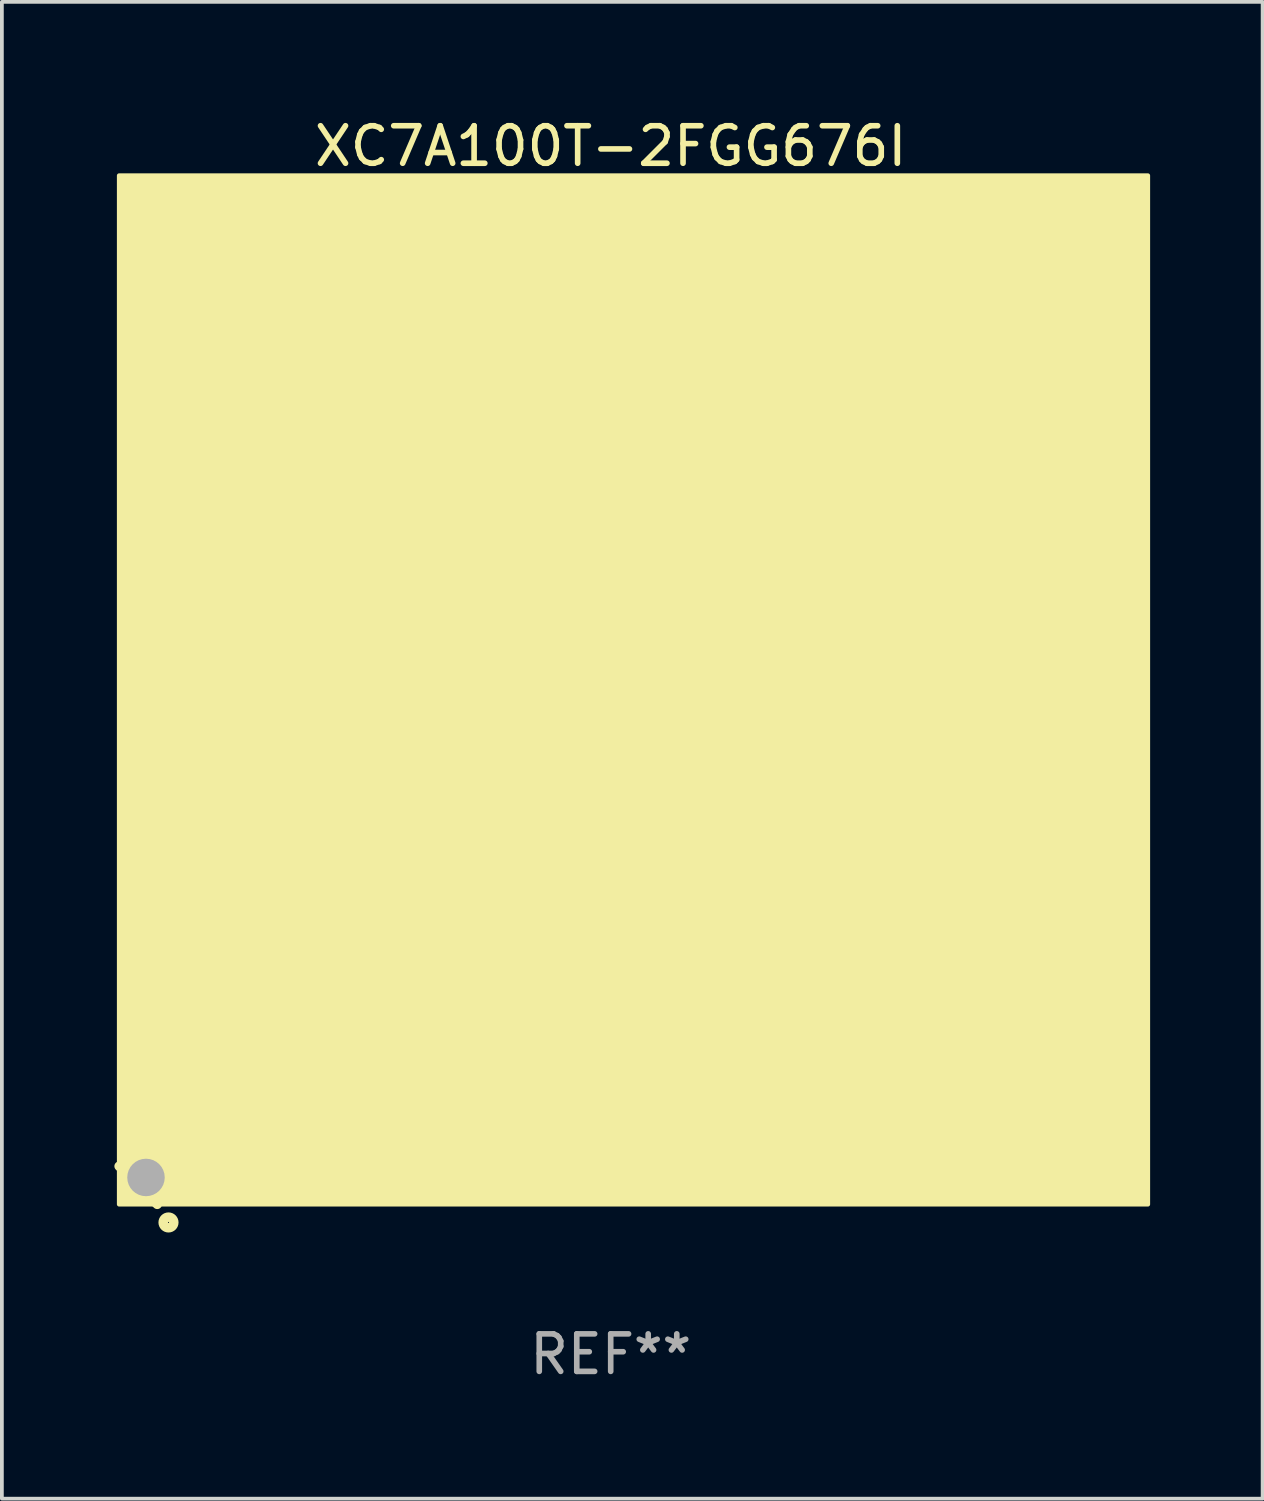
<source format=kicad_pcb>
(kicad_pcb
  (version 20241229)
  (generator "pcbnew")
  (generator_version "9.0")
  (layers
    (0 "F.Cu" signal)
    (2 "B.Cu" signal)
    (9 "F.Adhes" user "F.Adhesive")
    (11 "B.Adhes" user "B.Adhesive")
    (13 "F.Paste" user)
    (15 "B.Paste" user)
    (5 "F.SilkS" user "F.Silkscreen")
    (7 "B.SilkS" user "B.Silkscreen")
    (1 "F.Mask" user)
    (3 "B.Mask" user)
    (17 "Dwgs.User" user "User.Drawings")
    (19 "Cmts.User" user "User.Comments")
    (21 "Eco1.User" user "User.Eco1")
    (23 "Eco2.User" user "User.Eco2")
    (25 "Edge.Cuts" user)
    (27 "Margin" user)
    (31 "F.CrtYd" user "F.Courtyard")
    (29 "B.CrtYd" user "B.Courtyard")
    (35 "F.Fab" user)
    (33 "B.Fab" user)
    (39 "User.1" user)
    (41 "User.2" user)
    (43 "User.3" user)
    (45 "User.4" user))
  (footprint "XC7A100T-2FGG676I"
    (layer "F.Cu")
    (at 13.235 15.956)
    (property "Reference" "XC7A100T-2FGG676I" (at 0 -15.108 0) (layer "F.SilkS") (effects (font (size 1 1) (thickness 0.15))))
    (attr through_hole)
    (fp_line (start -12.092 13.108) (end -13.108 12.092) (stroke (width 0.254) (type solid)) (layer "F.SilkS"))
    (fp_circle (center -12.892 12.892) (end -12.862 12.892) (stroke (width 0.06) (type solid)) (fill no) (layer "F.SilkS"))
    (fp_circle (center -11.792 13.592) (end -11.651 13.592) (stroke (width 0.254) (type solid)) (fill no) (layer "F.SilkS"))
    (fp_poly (pts (xy -13.108 -14.324) (xy 14.324 -14.324) (xy 14.324 13.108) (xy -13.108 13.108)) (stroke (width 0.12) (type solid)) (fill yes) (layer "F.SilkS"))
    (fp_circle (center -12.392 12.392) (end -12.142 12.392) (stroke (width 0.5) (type solid)) (fill no) (layer "F.Fab"))
    (fp_text user "REF**" (at 0 17.108 0) (layer "F.Fab") (effects (font (size 1 1) (thickness 0.15))))
    (pad "A1" smd circle (at -11.892 11.892) (size 0.6 0.6) (layers "F.Cu" "F.Mask" "F.Paste"))
    (pad "A2" smd circle (at -11.892 10.892) (size 0.6 0.6) (layers "F.Cu" "F.Mask" "F.Paste"))
    (pad "A3" smd circle (at -11.892 9.892) (size 0.6 0.6) (layers "F.Cu" "F.Mask" "F.Paste"))
    (pad "A4" smd circle (at -11.892 8.892) (size 0.6 0.6) (layers "F.Cu" "F.Mask" "F.Paste"))
    (pad "A5" smd circle (at -11.892 7.892) (size 0.6 0.6) (layers "F.Cu" "F.Mask" "F.Paste"))
    (pad "A6" smd circle (at -11.892 6.892) (size 0.6 0.6) (layers "F.Cu" "F.Mask" "F.Paste"))
    (pad "A7" smd circle (at -11.892 5.892) (size 0.6 0.6) (layers "F.Cu" "F.Mask" "F.Paste"))
    (pad "A8" smd circle (at -11.892 4.892) (size 0.6 0.6) (layers "F.Cu" "F.Mask" "F.Paste"))
    (pad "A9" smd circle (at -11.892 3.892) (size 0.6 0.6) (layers "F.Cu" "F.Mask" "F.Paste"))
    (pad "A10" smd circle (at -11.892 2.892) (size 0.6 0.6) (layers "F.Cu" "F.Mask" "F.Paste"))
    (pad "A11" smd circle (at -11.892 1.892) (size 0.6 0.6) (layers "F.Cu" "F.Mask" "F.Paste"))
    (pad "A12" smd circle (at -11.892 0.892) (size 0.6 0.6) (layers "F.Cu" "F.Mask" "F.Paste"))
    (pad "A13" smd circle (at -11.892 -0.108) (size 0.6 0.6) (layers "F.Cu" "F.Mask" "F.Paste"))
    (pad "A14" smd circle (at -11.892 -1.108) (size 0.6 0.6) (layers "F.Cu" "F.Mask" "F.Paste"))
    (pad "A15" smd circle (at -11.892 -2.108) (size 0.6 0.6) (layers "F.Cu" "F.Mask" "F.Paste"))
    (pad "A16" smd circle (at -11.892 -3.108) (size 0.6 0.6) (layers "F.Cu" "F.Mask" "F.Paste"))
    (pad "A17" smd circle (at -11.892 -4.108) (size 0.6 0.6) (layers "F.Cu" "F.Mask" "F.Paste"))
    (pad "A18" smd circle (at -11.892 -5.108) (size 0.6 0.6) (layers "F.Cu" "F.Mask" "F.Paste"))
    (pad "A19" smd circle (at -11.892 -6.108) (size 0.6 0.6) (layers "F.Cu" "F.Mask" "F.Paste"))
    (pad "A20" smd circle (at -11.892 -7.108) (size 0.6 0.6) (layers "F.Cu" "F.Mask" "F.Paste"))
    (pad "A21" smd circle (at -11.892 -8.108) (size 0.6 0.6) (layers "F.Cu" "F.Mask" "F.Paste"))
    (pad "A22" smd circle (at -11.892 -9.108) (size 0.6 0.6) (layers "F.Cu" "F.Mask" "F.Paste"))
    (pad "A23" smd circle (at -11.892 -10.108) (size 0.6 0.6) (layers "F.Cu" "F.Mask" "F.Paste"))
    (pad "A24" smd circle (at -11.892 -11.108) (size 0.6 0.6) (layers "F.Cu" "F.Mask" "F.Paste"))
    (pad "A25" smd circle (at -11.892 -12.108) (size 0.6 0.6) (layers "F.Cu" "F.Mask" "F.Paste"))
    (pad "A26" smd circle (at -11.892 -13.108) (size 0.6 0.6) (layers "F.Cu" "F.Mask" "F.Paste"))
    (pad "AA1" smd circle (at 8.108 11.892) (size 0.6 0.6) (layers "F.Cu" "F.Mask" "F.Paste"))
    (pad "AA2" smd circle (at 8.108 10.892) (size 0.6 0.6) (layers "F.Cu" "F.Mask" "F.Paste"))
    (pad "AA3" smd circle (at 8.108 9.892) (size 0.6 0.6) (layers "F.Cu" "F.Mask" "F.Paste"))
    (pad "AA4" smd circle (at 8.108 8.892) (size 0.6 0.6) (layers "F.Cu" "F.Mask" "F.Paste"))
    (pad "AA5" smd circle (at 8.108 7.892) (size 0.6 0.6) (layers "F.Cu" "F.Mask" "F.Paste"))
    (pad "AA6" smd circle (at 8.108 6.892) (size 0.6 0.6) (layers "F.Cu" "F.Mask" "F.Paste"))
    (pad "AA7" smd circle (at 8.108 5.892) (size 0.6 0.6) (layers "F.Cu" "F.Mask" "F.Paste"))
    (pad "AA8" smd circle (at 8.108 4.892) (size 0.6 0.6) (layers "F.Cu" "F.Mask" "F.Paste"))
    (pad "AA9" smd circle (at 8.108 3.892) (size 0.6 0.6) (layers "F.Cu" "F.Mask" "F.Paste"))
    (pad "AA10" smd circle (at 8.108 2.892) (size 0.6 0.6) (layers "F.Cu" "F.Mask" "F.Paste"))
    (pad "AA11" smd circle (at 8.108 1.892) (size 0.6 0.6) (layers "F.Cu" "F.Mask" "F.Paste"))
    (pad "AA12" smd circle (at 8.108 0.892) (size 0.6 0.6) (layers "F.Cu" "F.Mask" "F.Paste"))
    (pad "AA13" smd circle (at 8.108 -0.108) (size 0.6 0.6) (layers "F.Cu" "F.Mask" "F.Paste"))
    (pad "AA14" smd circle (at 8.108 -1.108) (size 0.6 0.6) (layers "F.Cu" "F.Mask" "F.Paste"))
    (pad "AA15" smd circle (at 8.108 -2.108) (size 0.6 0.6) (layers "F.Cu" "F.Mask" "F.Paste"))
    (pad "AA16" smd circle (at 8.108 -3.108) (size 0.6 0.6) (layers "F.Cu" "F.Mask" "F.Paste"))
    (pad "AA17" smd circle (at 8.108 -4.108) (size 0.6 0.6) (layers "F.Cu" "F.Mask" "F.Paste"))
    (pad "AA18" smd circle (at 8.108 -5.108) (size 0.6 0.6) (layers "F.Cu" "F.Mask" "F.Paste"))
    (pad "AA19" smd circle (at 8.108 -6.108) (size 0.6 0.6) (layers "F.Cu" "F.Mask" "F.Paste"))
    (pad "AA20" smd circle (at 8.108 -7.108) (size 0.6 0.6) (layers "F.Cu" "F.Mask" "F.Paste"))
    (pad "AA21" smd circle (at 8.108 -8.108) (size 0.6 0.6) (layers "F.Cu" "F.Mask" "F.Paste"))
    (pad "AA22" smd circle (at 8.108 -9.108) (size 0.6 0.6) (layers "F.Cu" "F.Mask" "F.Paste"))
    (pad "AA23" smd circle (at 8.108 -10.108) (size 0.6 0.6) (layers "F.Cu" "F.Mask" "F.Paste"))
    (pad "AA24" smd circle (at 8.108 -11.108) (size 0.6 0.6) (layers "F.Cu" "F.Mask" "F.Paste"))
    (pad "AA25" smd circle (at 8.108 -12.108) (size 0.6 0.6) (layers "F.Cu" "F.Mask" "F.Paste"))
    (pad "AA26" smd circle (at 8.108 -13.108) (size 0.6 0.6) (layers "F.Cu" "F.Mask" "F.Paste"))
    (pad "AB1" smd circle (at 9.108 11.892) (size 0.6 0.6) (layers "F.Cu" "F.Mask" "F.Paste"))
    (pad "AB2" smd circle (at 9.108 10.892) (size 0.6 0.6) (layers "F.Cu" "F.Mask" "F.Paste"))
    (pad "AB3" smd circle (at 9.108 9.892) (size 0.6 0.6) (layers "F.Cu" "F.Mask" "F.Paste"))
    (pad "AB4" smd circle (at 9.108 8.892) (size 0.6 0.6) (layers "F.Cu" "F.Mask" "F.Paste"))
    (pad "AB5" smd circle (at 9.108 7.892) (size 0.6 0.6) (layers "F.Cu" "F.Mask" "F.Paste"))
    (pad "AB6" smd circle (at 9.108 6.892) (size 0.6 0.6) (layers "F.Cu" "F.Mask" "F.Paste"))
    (pad "AB7" smd circle (at 9.108 5.892) (size 0.6 0.6) (layers "F.Cu" "F.Mask" "F.Paste"))
    (pad "AB8" smd circle (at 9.108 4.892) (size 0.6 0.6) (layers "F.Cu" "F.Mask" "F.Paste"))
    (pad "AB9" smd circle (at 9.108 3.892) (size 0.6 0.6) (layers "F.Cu" "F.Mask" "F.Paste"))
    (pad "AB10" smd circle (at 9.108 2.892) (size 0.6 0.6) (layers "F.Cu" "F.Mask" "F.Paste"))
    (pad "AB11" smd circle (at 9.108 1.892) (size 0.6 0.6) (layers "F.Cu" "F.Mask" "F.Paste"))
    (pad "AB12" smd circle (at 9.108 0.892) (size 0.6 0.6) (layers "F.Cu" "F.Mask" "F.Paste"))
    (pad "AB13" smd circle (at 9.108 -0.108) (size 0.6 0.6) (layers "F.Cu" "F.Mask" "F.Paste"))
    (pad "AB14" smd circle (at 9.108 -1.108) (size 0.6 0.6) (layers "F.Cu" "F.Mask" "F.Paste"))
    (pad "AB15" smd circle (at 9.108 -2.108) (size 0.6 0.6) (layers "F.Cu" "F.Mask" "F.Paste"))
    (pad "AB16" smd circle (at 9.108 -3.108) (size 0.6 0.6) (layers "F.Cu" "F.Mask" "F.Paste"))
    (pad "AB17" smd circle (at 9.108 -4.108) (size 0.6 0.6) (layers "F.Cu" "F.Mask" "F.Paste"))
    (pad "AB18" smd circle (at 9.108 -5.108) (size 0.6 0.6) (layers "F.Cu" "F.Mask" "F.Paste"))
    (pad "AB19" smd circle (at 9.108 -6.108) (size 0.6 0.6) (layers "F.Cu" "F.Mask" "F.Paste"))
    (pad "AB20" smd circle (at 9.108 -7.108) (size 0.6 0.6) (layers "F.Cu" "F.Mask" "F.Paste"))
    (pad "AB21" smd circle (at 9.108 -8.108) (size 0.6 0.6) (layers "F.Cu" "F.Mask" "F.Paste"))
    (pad "AB22" smd circle (at 9.108 -9.108) (size 0.6 0.6) (layers "F.Cu" "F.Mask" "F.Paste"))
    (pad "AB23" smd circle (at 9.108 -10.108) (size 0.6 0.6) (layers "F.Cu" "F.Mask" "F.Paste"))
    (pad "AB24" smd circle (at 9.108 -11.108) (size 0.6 0.6) (layers "F.Cu" "F.Mask" "F.Paste"))
    (pad "AB25" smd circle (at 9.108 -12.108) (size 0.6 0.6) (layers "F.Cu" "F.Mask" "F.Paste"))
    (pad "AB26" smd circle (at 9.108 -13.108) (size 0.6 0.6) (layers "F.Cu" "F.Mask" "F.Paste"))
    (pad "AC1" smd circle (at 10.108 11.892) (size 0.6 0.6) (layers "F.Cu" "F.Mask" "F.Paste"))
    (pad "AC2" smd circle (at 10.108 10.892) (size 0.6 0.6) (layers "F.Cu" "F.Mask" "F.Paste"))
    (pad "AC3" smd circle (at 10.108 9.892) (size 0.6 0.6) (layers "F.Cu" "F.Mask" "F.Paste"))
    (pad "AC4" smd circle (at 10.108 8.892) (size 0.6 0.6) (layers "F.Cu" "F.Mask" "F.Paste"))
    (pad "AC5" smd circle (at 10.108 7.892) (size 0.6 0.6) (layers "F.Cu" "F.Mask" "F.Paste"))
    (pad "AC6" smd circle (at 10.108 6.892) (size 0.6 0.6) (layers "F.Cu" "F.Mask" "F.Paste"))
    (pad "AC7" smd circle (at 10.108 5.892) (size 0.6 0.6) (layers "F.Cu" "F.Mask" "F.Paste"))
    (pad "AC8" smd circle (at 10.108 4.892) (size 0.6 0.6) (layers "F.Cu" "F.Mask" "F.Paste"))
    (pad "AC9" smd circle (at 10.108 3.892) (size 0.6 0.6) (layers "F.Cu" "F.Mask" "F.Paste"))
    (pad "AC10" smd circle (at 10.108 2.892) (size 0.6 0.6) (layers "F.Cu" "F.Mask" "F.Paste"))
    (pad "AC11" smd circle (at 10.108 1.892) (size 0.6 0.6) (layers "F.Cu" "F.Mask" "F.Paste"))
    (pad "AC12" smd circle (at 10.108 0.892) (size 0.6 0.6) (layers "F.Cu" "F.Mask" "F.Paste"))
    (pad "AC13" smd circle (at 10.108 -0.108) (size 0.6 0.6) (layers "F.Cu" "F.Mask" "F.Paste"))
    (pad "AC14" smd circle (at 10.108 -1.108) (size 0.6 0.6) (layers "F.Cu" "F.Mask" "F.Paste"))
    (pad "AC15" smd circle (at 10.108 -2.108) (size 0.6 0.6) (layers "F.Cu" "F.Mask" "F.Paste"))
    (pad "AC16" smd circle (at 10.108 -3.108) (size 0.6 0.6) (layers "F.Cu" "F.Mask" "F.Paste"))
    (pad "AC17" smd circle (at 10.108 -4.108) (size 0.6 0.6) (layers "F.Cu" "F.Mask" "F.Paste"))
    (pad "AC18" smd circle (at 10.108 -5.108) (size 0.6 0.6) (layers "F.Cu" "F.Mask" "F.Paste"))
    (pad "AC19" smd circle (at 10.108 -6.108) (size 0.6 0.6) (layers "F.Cu" "F.Mask" "F.Paste"))
    (pad "AC20" smd circle (at 10.108 -7.108) (size 0.6 0.6) (layers "F.Cu" "F.Mask" "F.Paste"))
    (pad "AC21" smd circle (at 10.108 -8.108) (size 0.6 0.6) (layers "F.Cu" "F.Mask" "F.Paste"))
    (pad "AC22" smd circle (at 10.108 -9.108) (size 0.6 0.6) (layers "F.Cu" "F.Mask" "F.Paste"))
    (pad "AC23" smd circle (at 10.108 -10.108) (size 0.6 0.6) (layers "F.Cu" "F.Mask" "F.Paste"))
    (pad "AC24" smd circle (at 10.108 -11.108) (size 0.6 0.6) (layers "F.Cu" "F.Mask" "F.Paste"))
    (pad "AC25" smd circle (at 10.108 -12.108) (size 0.6 0.6) (layers "F.Cu" "F.Mask" "F.Paste"))
    (pad "AC26" smd circle (at 10.108 -13.108) (size 0.6 0.6) (layers "F.Cu" "F.Mask" "F.Paste"))
    (pad "AD1" smd circle (at 11.108 11.892) (size 0.6 0.6) (layers "F.Cu" "F.Mask" "F.Paste"))
    (pad "AD2" smd circle (at 11.108 10.892) (size 0.6 0.6) (layers "F.Cu" "F.Mask" "F.Paste"))
    (pad "AD3" smd circle (at 11.108 9.892) (size 0.6 0.6) (layers "F.Cu" "F.Mask" "F.Paste"))
    (pad "AD4" smd circle (at 11.108 8.892) (size 0.6 0.6) (layers "F.Cu" "F.Mask" "F.Paste"))
    (pad "AD5" smd circle (at 11.108 7.892) (size 0.6 0.6) (layers "F.Cu" "F.Mask" "F.Paste"))
    (pad "AD6" smd circle (at 11.108 6.892) (size 0.6 0.6) (layers "F.Cu" "F.Mask" "F.Paste"))
    (pad "AD7" smd circle (at 11.108 5.892) (size 0.6 0.6) (layers "F.Cu" "F.Mask" "F.Paste"))
    (pad "AD8" smd circle (at 11.108 4.892) (size 0.6 0.6) (layers "F.Cu" "F.Mask" "F.Paste"))
    (pad "AD9" smd circle (at 11.108 3.892) (size 0.6 0.6) (layers "F.Cu" "F.Mask" "F.Paste"))
    (pad "AD10" smd circle (at 11.108 2.892) (size 0.6 0.6) (layers "F.Cu" "F.Mask" "F.Paste"))
    (pad "AD11" smd circle (at 11.108 1.892) (size 0.6 0.6) (layers "F.Cu" "F.Mask" "F.Paste"))
    (pad "AD12" smd circle (at 11.108 0.892) (size 0.6 0.6) (layers "F.Cu" "F.Mask" "F.Paste"))
    (pad "AD13" smd circle (at 11.108 -0.108) (size 0.6 0.6) (layers "F.Cu" "F.Mask" "F.Paste"))
    (pad "AD14" smd circle (at 11.108 -1.108) (size 0.6 0.6) (layers "F.Cu" "F.Mask" "F.Paste"))
    (pad "AD15" smd circle (at 11.108 -2.108) (size 0.6 0.6) (layers "F.Cu" "F.Mask" "F.Paste"))
    (pad "AD16" smd circle (at 11.108 -3.108) (size 0.6 0.6) (layers "F.Cu" "F.Mask" "F.Paste"))
    (pad "AD17" smd circle (at 11.108 -4.108) (size 0.6 0.6) (layers "F.Cu" "F.Mask" "F.Paste"))
    (pad "AD18" smd circle (at 11.108 -5.108) (size 0.6 0.6) (layers "F.Cu" "F.Mask" "F.Paste"))
    (pad "AD19" smd circle (at 11.108 -6.108) (size 0.6 0.6) (layers "F.Cu" "F.Mask" "F.Paste"))
    (pad "AD20" smd circle (at 11.108 -7.108) (size 0.6 0.6) (layers "F.Cu" "F.Mask" "F.Paste"))
    (pad "AD21" smd circle (at 11.108 -8.108) (size 0.6 0.6) (layers "F.Cu" "F.Mask" "F.Paste"))
    (pad "AD22" smd circle (at 11.108 -9.108) (size 0.6 0.6) (layers "F.Cu" "F.Mask" "F.Paste"))
    (pad "AD23" smd circle (at 11.108 -10.108) (size 0.6 0.6) (layers "F.Cu" "F.Mask" "F.Paste"))
    (pad "AD24" smd circle (at 11.108 -11.108) (size 0.6 0.6) (layers "F.Cu" "F.Mask" "F.Paste"))
    (pad "AD25" smd circle (at 11.108 -12.108) (size 0.6 0.6) (layers "F.Cu" "F.Mask" "F.Paste"))
    (pad "AD26" smd circle (at 11.108 -13.108) (size 0.6 0.6) (layers "F.Cu" "F.Mask" "F.Paste"))
    (pad "AE1" smd circle (at 12.108 11.892) (size 0.6 0.6) (layers "F.Cu" "F.Mask" "F.Paste"))
    (pad "AE2" smd circle (at 12.108 10.892) (size 0.6 0.6) (layers "F.Cu" "F.Mask" "F.Paste"))
    (pad "AE3" smd circle (at 12.108 9.892) (size 0.6 0.6) (layers "F.Cu" "F.Mask" "F.Paste"))
    (pad "AE4" smd circle (at 12.108 8.892) (size 0.6 0.6) (layers "F.Cu" "F.Mask" "F.Paste"))
    (pad "AE5" smd circle (at 12.108 7.892) (size 0.6 0.6) (layers "F.Cu" "F.Mask" "F.Paste"))
    (pad "AE6" smd circle (at 12.108 6.892) (size 0.6 0.6) (layers "F.Cu" "F.Mask" "F.Paste"))
    (pad "AE7" smd circle (at 12.108 5.892) (size 0.6 0.6) (layers "F.Cu" "F.Mask" "F.Paste"))
    (pad "AE8" smd circle (at 12.108 4.892) (size 0.6 0.6) (layers "F.Cu" "F.Mask" "F.Paste"))
    (pad "AE9" smd circle (at 12.108 3.892) (size 0.6 0.6) (layers "F.Cu" "F.Mask" "F.Paste"))
    (pad "AE10" smd circle (at 12.108 2.892) (size 0.6 0.6) (layers "F.Cu" "F.Mask" "F.Paste"))
    (pad "AE11" smd circle (at 12.108 1.892) (size 0.6 0.6) (layers "F.Cu" "F.Mask" "F.Paste"))
    (pad "AE12" smd circle (at 12.108 0.892) (size 0.6 0.6) (layers "F.Cu" "F.Mask" "F.Paste"))
    (pad "AE13" smd circle (at 12.108 -0.108) (size 0.6 0.6) (layers "F.Cu" "F.Mask" "F.Paste"))
    (pad "AE14" smd circle (at 12.108 -1.108) (size 0.6 0.6) (layers "F.Cu" "F.Mask" "F.Paste"))
    (pad "AE15" smd circle (at 12.108 -2.108) (size 0.6 0.6) (layers "F.Cu" "F.Mask" "F.Paste"))
    (pad "AE16" smd circle (at 12.108 -3.108) (size 0.6 0.6) (layers "F.Cu" "F.Mask" "F.Paste"))
    (pad "AE17" smd circle (at 12.108 -4.108) (size 0.6 0.6) (layers "F.Cu" "F.Mask" "F.Paste"))
    (pad "AE18" smd circle (at 12.108 -5.108) (size 0.6 0.6) (layers "F.Cu" "F.Mask" "F.Paste"))
    (pad "AE19" smd circle (at 12.108 -6.108) (size 0.6 0.6) (layers "F.Cu" "F.Mask" "F.Paste"))
    (pad "AE20" smd circle (at 12.108 -7.108) (size 0.6 0.6) (layers "F.Cu" "F.Mask" "F.Paste"))
    (pad "AE21" smd circle (at 12.108 -8.108) (size 0.6 0.6) (layers "F.Cu" "F.Mask" "F.Paste"))
    (pad "AE22" smd circle (at 12.108 -9.108) (size 0.6 0.6) (layers "F.Cu" "F.Mask" "F.Paste"))
    (pad "AE23" smd circle (at 12.108 -10.108) (size 0.6 0.6) (layers "F.Cu" "F.Mask" "F.Paste"))
    (pad "AE24" smd circle (at 12.108 -11.108) (size 0.6 0.6) (layers "F.Cu" "F.Mask" "F.Paste"))
    (pad "AE25" smd circle (at 12.108 -12.108) (size 0.6 0.6) (layers "F.Cu" "F.Mask" "F.Paste"))
    (pad "AE26" smd circle (at 12.108 -13.108) (size 0.6 0.6) (layers "F.Cu" "F.Mask" "F.Paste"))
    (pad "AF1" smd circle (at 13.108 11.892) (size 0.6 0.6) (layers "F.Cu" "F.Mask" "F.Paste"))
    (pad "AF2" smd circle (at 13.108 10.892) (size 0.6 0.6) (layers "F.Cu" "F.Mask" "F.Paste"))
    (pad "AF3" smd circle (at 13.108 9.892) (size 0.6 0.6) (layers "F.Cu" "F.Mask" "F.Paste"))
    (pad "AF4" smd circle (at 13.108 8.892) (size 0.6 0.6) (layers "F.Cu" "F.Mask" "F.Paste"))
    (pad "AF5" smd circle (at 13.108 7.892) (size 0.6 0.6) (layers "F.Cu" "F.Mask" "F.Paste"))
    (pad "AF6" smd circle (at 13.108 6.892) (size 0.6 0.6) (layers "F.Cu" "F.Mask" "F.Paste"))
    (pad "AF7" smd circle (at 13.108 5.892) (size 0.6 0.6) (layers "F.Cu" "F.Mask" "F.Paste"))
    (pad "AF8" smd circle (at 13.108 4.892) (size 0.6 0.6) (layers "F.Cu" "F.Mask" "F.Paste"))
    (pad "AF9" smd circle (at 13.108 3.892) (size 0.6 0.6) (layers "F.Cu" "F.Mask" "F.Paste"))
    (pad "AF10" smd circle (at 13.108 2.892) (size 0.6 0.6) (layers "F.Cu" "F.Mask" "F.Paste"))
    (pad "AF11" smd circle (at 13.108 1.892) (size 0.6 0.6) (layers "F.Cu" "F.Mask" "F.Paste"))
    (pad "AF12" smd circle (at 13.108 0.892) (size 0.6 0.6) (layers "F.Cu" "F.Mask" "F.Paste"))
    (pad "AF13" smd circle (at 13.108 -0.108) (size 0.6 0.6) (layers "F.Cu" "F.Mask" "F.Paste"))
    (pad "AF14" smd circle (at 13.108 -1.108) (size 0.6 0.6) (layers "F.Cu" "F.Mask" "F.Paste"))
    (pad "AF15" smd circle (at 13.108 -2.108) (size 0.6 0.6) (layers "F.Cu" "F.Mask" "F.Paste"))
    (pad "AF16" smd circle (at 13.108 -3.108) (size 0.6 0.6) (layers "F.Cu" "F.Mask" "F.Paste"))
    (pad "AF17" smd circle (at 13.108 -4.108) (size 0.6 0.6) (layers "F.Cu" "F.Mask" "F.Paste"))
    (pad "AF18" smd circle (at 13.108 -5.108) (size 0.6 0.6) (layers "F.Cu" "F.Mask" "F.Paste"))
    (pad "AF19" smd circle (at 13.108 -6.108) (size 0.6 0.6) (layers "F.Cu" "F.Mask" "F.Paste"))
    (pad "AF20" smd circle (at 13.108 -7.108) (size 0.6 0.6) (layers "F.Cu" "F.Mask" "F.Paste"))
    (pad "AF21" smd circle (at 13.108 -8.108) (size 0.6 0.6) (layers "F.Cu" "F.Mask" "F.Paste"))
    (pad "AF22" smd circle (at 13.108 -9.108) (size 0.6 0.6) (layers "F.Cu" "F.Mask" "F.Paste"))
    (pad "AF23" smd circle (at 13.108 -10.108) (size 0.6 0.6) (layers "F.Cu" "F.Mask" "F.Paste"))
    (pad "AF24" smd circle (at 13.108 -11.108) (size 0.6 0.6) (layers "F.Cu" "F.Mask" "F.Paste"))
    (pad "AF25" smd circle (at 13.108 -12.108) (size 0.6 0.6) (layers "F.Cu" "F.Mask" "F.Paste"))
    (pad "AF26" smd circle (at 13.108 -13.108) (size 0.6 0.6) (layers "F.Cu" "F.Mask" "F.Paste"))
    (pad "B1" smd circle (at -10.892 11.892) (size 0.6 0.6) (layers "F.Cu" "F.Mask" "F.Paste"))
    (pad "B2" smd circle (at -10.892 10.892) (size 0.6 0.6) (layers "F.Cu" "F.Mask" "F.Paste"))
    (pad "B3" smd circle (at -10.892 9.892) (size 0.6 0.6) (layers "F.Cu" "F.Mask" "F.Paste"))
    (pad "B4" smd circle (at -10.892 8.892) (size 0.6 0.6) (layers "F.Cu" "F.Mask" "F.Paste"))
    (pad "B5" smd circle (at -10.892 7.892) (size 0.6 0.6) (layers "F.Cu" "F.Mask" "F.Paste"))
    (pad "B6" smd circle (at -10.892 6.892) (size 0.6 0.6) (layers "F.Cu" "F.Mask" "F.Paste"))
    (pad "B7" smd circle (at -10.892 5.892) (size 0.6 0.6) (layers "F.Cu" "F.Mask" "F.Paste"))
    (pad "B8" smd circle (at -10.892 4.892) (size 0.6 0.6) (layers "F.Cu" "F.Mask" "F.Paste"))
    (pad "B9" smd circle (at -10.892 3.892) (size 0.6 0.6) (layers "F.Cu" "F.Mask" "F.Paste"))
    (pad "B10" smd circle (at -10.892 2.892) (size 0.6 0.6) (layers "F.Cu" "F.Mask" "F.Paste"))
    (pad "B11" smd circle (at -10.892 1.892) (size 0.6 0.6) (layers "F.Cu" "F.Mask" "F.Paste"))
    (pad "B12" smd circle (at -10.892 0.892) (size 0.6 0.6) (layers "F.Cu" "F.Mask" "F.Paste"))
    (pad "B13" smd circle (at -10.892 -0.108) (size 0.6 0.6) (layers "F.Cu" "F.Mask" "F.Paste"))
    (pad "B14" smd circle (at -10.892 -1.108) (size 0.6 0.6) (layers "F.Cu" "F.Mask" "F.Paste"))
    (pad "B15" smd circle (at -10.892 -2.108) (size 0.6 0.6) (layers "F.Cu" "F.Mask" "F.Paste"))
    (pad "B16" smd circle (at -10.892 -3.108) (size 0.6 0.6) (layers "F.Cu" "F.Mask" "F.Paste"))
    (pad "B17" smd circle (at -10.892 -4.108) (size 0.6 0.6) (layers "F.Cu" "F.Mask" "F.Paste"))
    (pad "B18" smd circle (at -10.892 -5.108) (size 0.6 0.6) (layers "F.Cu" "F.Mask" "F.Paste"))
    (pad "B19" smd circle (at -10.892 -6.108) (size 0.6 0.6) (layers "F.Cu" "F.Mask" "F.Paste"))
    (pad "B20" smd circle (at -10.892 -7.108) (size 0.6 0.6) (layers "F.Cu" "F.Mask" "F.Paste"))
    (pad "B21" smd circle (at -10.892 -8.108) (size 0.6 0.6) (layers "F.Cu" "F.Mask" "F.Paste"))
    (pad "B22" smd circle (at -10.892 -9.108) (size 0.6 0.6) (layers "F.Cu" "F.Mask" "F.Paste"))
    (pad "B23" smd circle (at -10.892 -10.108) (size 0.6 0.6) (layers "F.Cu" "F.Mask" "F.Paste"))
    (pad "B24" smd circle (at -10.892 -11.108) (size 0.6 0.6) (layers "F.Cu" "F.Mask" "F.Paste"))
    (pad "B25" smd circle (at -10.892 -12.108) (size 0.6 0.6) (layers "F.Cu" "F.Mask" "F.Paste"))
    (pad "B26" smd circle (at -10.892 -13.108) (size 0.6 0.6) (layers "F.Cu" "F.Mask" "F.Paste"))
    (pad "C1" smd circle (at -9.892 11.892) (size 0.6 0.6) (layers "F.Cu" "F.Mask" "F.Paste"))
    (pad "C2" smd circle (at -9.892 10.892) (size 0.6 0.6) (layers "F.Cu" "F.Mask" "F.Paste"))
    (pad "C3" smd circle (at -9.892 9.892) (size 0.6 0.6) (layers "F.Cu" "F.Mask" "F.Paste"))
    (pad "C4" smd circle (at -9.892 8.892) (size 0.6 0.6) (layers "F.Cu" "F.Mask" "F.Paste"))
    (pad "C5" smd circle (at -9.892 7.892) (size 0.6 0.6) (layers "F.Cu" "F.Mask" "F.Paste"))
    (pad "C6" smd circle (at -9.892 6.892) (size 0.6 0.6) (layers "F.Cu" "F.Mask" "F.Paste"))
    (pad "C7" smd circle (at -9.892 5.892) (size 0.6 0.6) (layers "F.Cu" "F.Mask" "F.Paste"))
    (pad "C8" smd circle (at -9.892 4.892) (size 0.6 0.6) (layers "F.Cu" "F.Mask" "F.Paste"))
    (pad "C9" smd circle (at -9.892 3.892) (size 0.6 0.6) (layers "F.Cu" "F.Mask" "F.Paste"))
    (pad "C10" smd circle (at -9.892 2.892) (size 0.6 0.6) (layers "F.Cu" "F.Mask" "F.Paste"))
    (pad "C11" smd circle (at -9.892 1.892) (size 0.6 0.6) (layers "F.Cu" "F.Mask" "F.Paste"))
    (pad "C12" smd circle (at -9.892 0.892) (size 0.6 0.6) (layers "F.Cu" "F.Mask" "F.Paste"))
    (pad "C13" smd circle (at -9.892 -0.108) (size 0.6 0.6) (layers "F.Cu" "F.Mask" "F.Paste"))
    (pad "C14" smd circle (at -9.892 -1.108) (size 0.6 0.6) (layers "F.Cu" "F.Mask" "F.Paste"))
    (pad "C15" smd circle (at -9.892 -2.108) (size 0.6 0.6) (layers "F.Cu" "F.Mask" "F.Paste"))
    (pad "C16" smd circle (at -9.892 -3.108) (size 0.6 0.6) (layers "F.Cu" "F.Mask" "F.Paste"))
    (pad "C17" smd circle (at -9.892 -4.108) (size 0.6 0.6) (layers "F.Cu" "F.Mask" "F.Paste"))
    (pad "C18" smd circle (at -9.892 -5.108) (size 0.6 0.6) (layers "F.Cu" "F.Mask" "F.Paste"))
    (pad "C19" smd circle (at -9.892 -6.108) (size 0.6 0.6) (layers "F.Cu" "F.Mask" "F.Paste"))
    (pad "C20" smd circle (at -9.892 -7.108) (size 0.6 0.6) (layers "F.Cu" "F.Mask" "F.Paste"))
    (pad "C21" smd circle (at -9.892 -8.108) (size 0.6 0.6) (layers "F.Cu" "F.Mask" "F.Paste"))
    (pad "C22" smd circle (at -9.892 -9.108) (size 0.6 0.6) (layers "F.Cu" "F.Mask" "F.Paste"))
    (pad "C23" smd circle (at -9.892 -10.108) (size 0.6 0.6) (layers "F.Cu" "F.Mask" "F.Paste"))
    (pad "C24" smd circle (at -9.892 -11.108) (size 0.6 0.6) (layers "F.Cu" "F.Mask" "F.Paste"))
    (pad "C25" smd circle (at -9.892 -12.108) (size 0.6 0.6) (layers "F.Cu" "F.Mask" "F.Paste"))
    (pad "C26" smd circle (at -9.892 -13.108) (size 0.6 0.6) (layers "F.Cu" "F.Mask" "F.Paste"))
    (pad "D1" smd circle (at -8.892 11.892) (size 0.6 0.6) (layers "F.Cu" "F.Mask" "F.Paste"))
    (pad "D2" smd circle (at -8.892 10.892) (size 0.6 0.6) (layers "F.Cu" "F.Mask" "F.Paste"))
    (pad "D3" smd circle (at -8.892 9.892) (size 0.6 0.6) (layers "F.Cu" "F.Mask" "F.Paste"))
    (pad "D4" smd circle (at -8.892 8.892) (size 0.6 0.6) (layers "F.Cu" "F.Mask" "F.Paste"))
    (pad "D5" smd circle (at -8.892 7.892) (size 0.6 0.6) (layers "F.Cu" "F.Mask" "F.Paste"))
    (pad "D6" smd circle (at -8.892 6.892) (size 0.6 0.6) (layers "F.Cu" "F.Mask" "F.Paste"))
    (pad "D7" smd circle (at -8.892 5.892) (size 0.6 0.6) (layers "F.Cu" "F.Mask" "F.Paste"))
    (pad "D8" smd circle (at -8.892 4.892) (size 0.6 0.6) (layers "F.Cu" "F.Mask" "F.Paste"))
    (pad "D9" smd circle (at -8.892 3.892) (size 0.6 0.6) (layers "F.Cu" "F.Mask" "F.Paste"))
    (pad "D10" smd circle (at -8.892 2.892) (size 0.6 0.6) (layers "F.Cu" "F.Mask" "F.Paste"))
    (pad "D11" smd circle (at -8.892 1.892) (size 0.6 0.6) (layers "F.Cu" "F.Mask" "F.Paste"))
    (pad "D12" smd circle (at -8.892 0.892) (size 0.6 0.6) (layers "F.Cu" "F.Mask" "F.Paste"))
    (pad "D13" smd circle (at -8.892 -0.108) (size 0.6 0.6) (layers "F.Cu" "F.Mask" "F.Paste"))
    (pad "D14" smd circle (at -8.892 -1.108) (size 0.6 0.6) (layers "F.Cu" "F.Mask" "F.Paste"))
    (pad "D15" smd circle (at -8.892 -2.108) (size 0.6 0.6) (layers "F.Cu" "F.Mask" "F.Paste"))
    (pad "D16" smd circle (at -8.892 -3.108) (size 0.6 0.6) (layers "F.Cu" "F.Mask" "F.Paste"))
    (pad "D17" smd circle (at -8.892 -4.108) (size 0.6 0.6) (layers "F.Cu" "F.Mask" "F.Paste"))
    (pad "D18" smd circle (at -8.892 -5.108) (size 0.6 0.6) (layers "F.Cu" "F.Mask" "F.Paste"))
    (pad "D19" smd circle (at -8.892 -6.108) (size 0.6 0.6) (layers "F.Cu" "F.Mask" "F.Paste"))
    (pad "D20" smd circle (at -8.892 -7.108) (size 0.6 0.6) (layers "F.Cu" "F.Mask" "F.Paste"))
    (pad "D21" smd circle (at -8.892 -8.108) (size 0.6 0.6) (layers "F.Cu" "F.Mask" "F.Paste"))
    (pad "D22" smd circle (at -8.892 -9.108) (size 0.6 0.6) (layers "F.Cu" "F.Mask" "F.Paste"))
    (pad "D23" smd circle (at -8.892 -10.108) (size 0.6 0.6) (layers "F.Cu" "F.Mask" "F.Paste"))
    (pad "D24" smd circle (at -8.892 -11.108) (size 0.6 0.6) (layers "F.Cu" "F.Mask" "F.Paste"))
    (pad "D25" smd circle (at -8.892 -12.108) (size 0.6 0.6) (layers "F.Cu" "F.Mask" "F.Paste"))
    (pad "D26" smd circle (at -8.892 -13.108) (size 0.6 0.6) (layers "F.Cu" "F.Mask" "F.Paste"))
    (pad "E1" smd circle (at -7.892 11.892) (size 0.6 0.6) (layers "F.Cu" "F.Mask" "F.Paste"))
    (pad "E2" smd circle (at -7.892 10.892) (size 0.6 0.6) (layers "F.Cu" "F.Mask" "F.Paste"))
    (pad "E3" smd circle (at -7.892 9.892) (size 0.6 0.6) (layers "F.Cu" "F.Mask" "F.Paste"))
    (pad "E4" smd circle (at -7.892 8.892) (size 0.6 0.6) (layers "F.Cu" "F.Mask" "F.Paste"))
    (pad "E5" smd circle (at -7.892 7.892) (size 0.6 0.6) (layers "F.Cu" "F.Mask" "F.Paste"))
    (pad "E6" smd circle (at -7.892 6.892) (size 0.6 0.6) (layers "F.Cu" "F.Mask" "F.Paste"))
    (pad "E7" smd circle (at -7.892 5.892) (size 0.6 0.6) (layers "F.Cu" "F.Mask" "F.Paste"))
    (pad "E8" smd circle (at -7.892 4.892) (size 0.6 0.6) (layers "F.Cu" "F.Mask" "F.Paste"))
    (pad "E9" smd circle (at -7.892 3.892) (size 0.6 0.6) (layers "F.Cu" "F.Mask" "F.Paste"))
    (pad "E10" smd circle (at -7.892 2.892) (size 0.6 0.6) (layers "F.Cu" "F.Mask" "F.Paste"))
    (pad "E11" smd circle (at -7.892 1.892) (size 0.6 0.6) (layers "F.Cu" "F.Mask" "F.Paste"))
    (pad "E12" smd circle (at -7.892 0.892) (size 0.6 0.6) (layers "F.Cu" "F.Mask" "F.Paste"))
    (pad "E13" smd circle (at -7.892 -0.108) (size 0.6 0.6) (layers "F.Cu" "F.Mask" "F.Paste"))
    (pad "E14" smd circle (at -7.892 -1.108) (size 0.6 0.6) (layers "F.Cu" "F.Mask" "F.Paste"))
    (pad "E15" smd circle (at -7.892 -2.108) (size 0.6 0.6) (layers "F.Cu" "F.Mask" "F.Paste"))
    (pad "E16" smd circle (at -7.892 -3.108) (size 0.6 0.6) (layers "F.Cu" "F.Mask" "F.Paste"))
    (pad "E17" smd circle (at -7.892 -4.108) (size 0.6 0.6) (layers "F.Cu" "F.Mask" "F.Paste"))
    (pad "E18" smd circle (at -7.892 -5.108) (size 0.6 0.6) (layers "F.Cu" "F.Mask" "F.Paste"))
    (pad "E19" smd circle (at -7.892 -6.108) (size 0.6 0.6) (layers "F.Cu" "F.Mask" "F.Paste"))
    (pad "E20" smd circle (at -7.892 -7.108) (size 0.6 0.6) (layers "F.Cu" "F.Mask" "F.Paste"))
    (pad "E21" smd circle (at -7.892 -8.108) (size 0.6 0.6) (layers "F.Cu" "F.Mask" "F.Paste"))
    (pad "E22" smd circle (at -7.892 -9.108) (size 0.6 0.6) (layers "F.Cu" "F.Mask" "F.Paste"))
    (pad "E23" smd circle (at -7.892 -10.108) (size 0.6 0.6) (layers "F.Cu" "F.Mask" "F.Paste"))
    (pad "E24" smd circle (at -7.892 -11.108) (size 0.6 0.6) (layers "F.Cu" "F.Mask" "F.Paste"))
    (pad "E25" smd circle (at -7.892 -12.108) (size 0.6 0.6) (layers "F.Cu" "F.Mask" "F.Paste"))
    (pad "E26" smd circle (at -7.892 -13.108) (size 0.6 0.6) (layers "F.Cu" "F.Mask" "F.Paste"))
    (pad "F1" smd circle (at -6.892 11.892) (size 0.6 0.6) (layers "F.Cu" "F.Mask" "F.Paste"))
    (pad "F2" smd circle (at -6.892 10.892) (size 0.6 0.6) (layers "F.Cu" "F.Mask" "F.Paste"))
    (pad "F3" smd circle (at -6.892 9.892) (size 0.6 0.6) (layers "F.Cu" "F.Mask" "F.Paste"))
    (pad "F4" smd circle (at -6.892 8.892) (size 0.6 0.6) (layers "F.Cu" "F.Mask" "F.Paste"))
    (pad "F5" smd circle (at -6.892 7.892) (size 0.6 0.6) (layers "F.Cu" "F.Mask" "F.Paste"))
    (pad "F6" smd circle (at -6.892 6.892) (size 0.6 0.6) (layers "F.Cu" "F.Mask" "F.Paste"))
    (pad "F7" smd circle (at -6.892 5.892) (size 0.6 0.6) (layers "F.Cu" "F.Mask" "F.Paste"))
    (pad "F8" smd circle (at -6.892 4.892) (size 0.6 0.6) (layers "F.Cu" "F.Mask" "F.Paste"))
    (pad "F9" smd circle (at -6.892 3.892) (size 0.6 0.6) (layers "F.Cu" "F.Mask" "F.Paste"))
    (pad "F10" smd circle (at -6.892 2.892) (size 0.6 0.6) (layers "F.Cu" "F.Mask" "F.Paste"))
    (pad "F11" smd circle (at -6.892 1.892) (size 0.6 0.6) (layers "F.Cu" "F.Mask" "F.Paste"))
    (pad "F12" smd circle (at -6.892 0.892) (size 0.6 0.6) (layers "F.Cu" "F.Mask" "F.Paste"))
    (pad "F13" smd circle (at -6.892 -0.108) (size 0.6 0.6) (layers "F.Cu" "F.Mask" "F.Paste"))
    (pad "F14" smd circle (at -6.892 -1.108) (size 0.6 0.6) (layers "F.Cu" "F.Mask" "F.Paste"))
    (pad "F15" smd circle (at -6.892 -2.108) (size 0.6 0.6) (layers "F.Cu" "F.Mask" "F.Paste"))
    (pad "F16" smd circle (at -6.892 -3.108) (size 0.6 0.6) (layers "F.Cu" "F.Mask" "F.Paste"))
    (pad "F17" smd circle (at -6.892 -4.108) (size 0.6 0.6) (layers "F.Cu" "F.Mask" "F.Paste"))
    (pad "F18" smd circle (at -6.892 -5.108) (size 0.6 0.6) (layers "F.Cu" "F.Mask" "F.Paste"))
    (pad "F19" smd circle (at -6.892 -6.108) (size 0.6 0.6) (layers "F.Cu" "F.Mask" "F.Paste"))
    (pad "F20" smd circle (at -6.892 -7.108) (size 0.6 0.6) (layers "F.Cu" "F.Mask" "F.Paste"))
    (pad "F21" smd circle (at -6.892 -8.108) (size 0.6 0.6) (layers "F.Cu" "F.Mask" "F.Paste"))
    (pad "F22" smd circle (at -6.892 -9.108) (size 0.6 0.6) (layers "F.Cu" "F.Mask" "F.Paste"))
    (pad "F23" smd circle (at -6.892 -10.108) (size 0.6 0.6) (layers "F.Cu" "F.Mask" "F.Paste"))
    (pad "F24" smd circle (at -6.892 -11.108) (size 0.6 0.6) (layers "F.Cu" "F.Mask" "F.Paste"))
    (pad "F25" smd circle (at -6.892 -12.108) (size 0.6 0.6) (layers "F.Cu" "F.Mask" "F.Paste"))
    (pad "F26" smd circle (at -6.892 -13.108) (size 0.6 0.6) (layers "F.Cu" "F.Mask" "F.Paste"))
    (pad "G1" smd circle (at -5.892 11.892) (size 0.6 0.6) (layers "F.Cu" "F.Mask" "F.Paste"))
    (pad "G2" smd circle (at -5.892 10.892) (size 0.6 0.6) (layers "F.Cu" "F.Mask" "F.Paste"))
    (pad "G3" smd circle (at -5.892 9.892) (size 0.6 0.6) (layers "F.Cu" "F.Mask" "F.Paste"))
    (pad "G4" smd circle (at -5.892 8.892) (size 0.6 0.6) (layers "F.Cu" "F.Mask" "F.Paste"))
    (pad "G5" smd circle (at -5.892 7.892) (size 0.6 0.6) (layers "F.Cu" "F.Mask" "F.Paste"))
    (pad "G6" smd circle (at -5.892 6.892) (size 0.6 0.6) (layers "F.Cu" "F.Mask" "F.Paste"))
    (pad "G7" smd circle (at -5.892 5.892) (size 0.6 0.6) (layers "F.Cu" "F.Mask" "F.Paste"))
    (pad "G8" smd circle (at -5.892 4.892) (size 0.6 0.6) (layers "F.Cu" "F.Mask" "F.Paste"))
    (pad "G9" smd circle (at -5.892 3.892) (size 0.6 0.6) (layers "F.Cu" "F.Mask" "F.Paste"))
    (pad "G10" smd circle (at -5.892 2.892) (size 0.6 0.6) (layers "F.Cu" "F.Mask" "F.Paste"))
    (pad "G11" smd circle (at -5.892 1.892) (size 0.6 0.6) (layers "F.Cu" "F.Mask" "F.Paste"))
    (pad "G12" smd circle (at -5.892 0.892) (size 0.6 0.6) (layers "F.Cu" "F.Mask" "F.Paste"))
    (pad "G13" smd circle (at -5.892 -0.108) (size 0.6 0.6) (layers "F.Cu" "F.Mask" "F.Paste"))
    (pad "G14" smd circle (at -5.892 -1.108) (size 0.6 0.6) (layers "F.Cu" "F.Mask" "F.Paste"))
    (pad "G15" smd circle (at -5.892 -2.108) (size 0.6 0.6) (layers "F.Cu" "F.Mask" "F.Paste"))
    (pad "G16" smd circle (at -5.892 -3.108) (size 0.6 0.6) (layers "F.Cu" "F.Mask" "F.Paste"))
    (pad "G17" smd circle (at -5.892 -4.108) (size 0.6 0.6) (layers "F.Cu" "F.Mask" "F.Paste"))
    (pad "G18" smd circle (at -5.892 -5.108) (size 0.6 0.6) (layers "F.Cu" "F.Mask" "F.Paste"))
    (pad "G19" smd circle (at -5.892 -6.108) (size 0.6 0.6) (layers "F.Cu" "F.Mask" "F.Paste"))
    (pad "G20" smd circle (at -5.892 -7.108) (size 0.6 0.6) (layers "F.Cu" "F.Mask" "F.Paste"))
    (pad "G21" smd circle (at -5.892 -8.108) (size 0.6 0.6) (layers "F.Cu" "F.Mask" "F.Paste"))
    (pad "G22" smd circle (at -5.892 -9.108) (size 0.6 0.6) (layers "F.Cu" "F.Mask" "F.Paste"))
    (pad "G23" smd circle (at -5.892 -10.108) (size 0.6 0.6) (layers "F.Cu" "F.Mask" "F.Paste"))
    (pad "G24" smd circle (at -5.892 -11.108) (size 0.6 0.6) (layers "F.Cu" "F.Mask" "F.Paste"))
    (pad "G25" smd circle (at -5.892 -12.108) (size 0.6 0.6) (layers "F.Cu" "F.Mask" "F.Paste"))
    (pad "G26" smd circle (at -5.892 -13.108) (size 0.6 0.6) (layers "F.Cu" "F.Mask" "F.Paste"))
    (pad "H1" smd circle (at -4.892 11.892) (size 0.6 0.6) (layers "F.Cu" "F.Mask" "F.Paste"))
    (pad "H2" smd circle (at -4.892 10.892) (size 0.6 0.6) (layers "F.Cu" "F.Mask" "F.Paste"))
    (pad "H3" smd circle (at -4.892 9.892) (size 0.6 0.6) (layers "F.Cu" "F.Mask" "F.Paste"))
    (pad "H4" smd circle (at -4.892 8.892) (size 0.6 0.6) (layers "F.Cu" "F.Mask" "F.Paste"))
    (pad "H5" smd circle (at -4.892 7.892) (size 0.6 0.6) (layers "F.Cu" "F.Mask" "F.Paste"))
    (pad "H6" smd circle (at -4.892 6.892) (size 0.6 0.6) (layers "F.Cu" "F.Mask" "F.Paste"))
    (pad "H7" smd circle (at -4.892 5.892) (size 0.6 0.6) (layers "F.Cu" "F.Mask" "F.Paste"))
    (pad "H8" smd circle (at -4.892 4.892) (size 0.6 0.6) (layers "F.Cu" "F.Mask" "F.Paste"))
    (pad "H9" smd circle (at -4.892 3.892) (size 0.6 0.6) (layers "F.Cu" "F.Mask" "F.Paste"))
    (pad "H10" smd circle (at -4.892 2.892) (size 0.6 0.6) (layers "F.Cu" "F.Mask" "F.Paste"))
    (pad "H11" smd circle (at -4.892 1.892) (size 0.6 0.6) (layers "F.Cu" "F.Mask" "F.Paste"))
    (pad "H12" smd circle (at -4.892 0.892) (size 0.6 0.6) (layers "F.Cu" "F.Mask" "F.Paste"))
    (pad "H13" smd circle (at -4.892 -0.108) (size 0.6 0.6) (layers "F.Cu" "F.Mask" "F.Paste"))
    (pad "H14" smd circle (at -4.892 -1.108) (size 0.6 0.6) (layers "F.Cu" "F.Mask" "F.Paste"))
    (pad "H15" smd circle (at -4.892 -2.108) (size 0.6 0.6) (layers "F.Cu" "F.Mask" "F.Paste"))
    (pad "H16" smd circle (at -4.892 -3.108) (size 0.6 0.6) (layers "F.Cu" "F.Mask" "F.Paste"))
    (pad "H17" smd circle (at -4.892 -4.108) (size 0.6 0.6) (layers "F.Cu" "F.Mask" "F.Paste"))
    (pad "H18" smd circle (at -4.892 -5.108) (size 0.6 0.6) (layers "F.Cu" "F.Mask" "F.Paste"))
    (pad "H19" smd circle (at -4.892 -6.108) (size 0.6 0.6) (layers "F.Cu" "F.Mask" "F.Paste"))
    (pad "H20" smd circle (at -4.892 -7.108) (size 0.6 0.6) (layers "F.Cu" "F.Mask" "F.Paste"))
    (pad "H21" smd circle (at -4.892 -8.108) (size 0.6 0.6) (layers "F.Cu" "F.Mask" "F.Paste"))
    (pad "H22" smd circle (at -4.892 -9.108) (size 0.6 0.6) (layers "F.Cu" "F.Mask" "F.Paste"))
    (pad "H23" smd circle (at -4.892 -10.108) (size 0.6 0.6) (layers "F.Cu" "F.Mask" "F.Paste"))
    (pad "H24" smd circle (at -4.892 -11.108) (size 0.6 0.6) (layers "F.Cu" "F.Mask" "F.Paste"))
    (pad "H25" smd circle (at -4.892 -12.108) (size 0.6 0.6) (layers "F.Cu" "F.Mask" "F.Paste"))
    (pad "H26" smd circle (at -4.892 -13.108) (size 0.6 0.6) (layers "F.Cu" "F.Mask" "F.Paste"))
    (pad "J1" smd circle (at -3.892 11.892) (size 0.6 0.6) (layers "F.Cu" "F.Mask" "F.Paste"))
    (pad "J2" smd circle (at -3.892 10.892) (size 0.6 0.6) (layers "F.Cu" "F.Mask" "F.Paste"))
    (pad "J3" smd circle (at -3.892 9.892) (size 0.6 0.6) (layers "F.Cu" "F.Mask" "F.Paste"))
    (pad "J4" smd circle (at -3.892 8.892) (size 0.6 0.6) (layers "F.Cu" "F.Mask" "F.Paste"))
    (pad "J5" smd circle (at -3.892 7.892) (size 0.6 0.6) (layers "F.Cu" "F.Mask" "F.Paste"))
    (pad "J6" smd circle (at -3.892 6.892) (size 0.6 0.6) (layers "F.Cu" "F.Mask" "F.Paste"))
    (pad "J7" smd circle (at -3.892 5.892) (size 0.6 0.6) (layers "F.Cu" "F.Mask" "F.Paste"))
    (pad "J8" smd circle (at -3.892 4.892) (size 0.6 0.6) (layers "F.Cu" "F.Mask" "F.Paste"))
    (pad "J9" smd circle (at -3.892 3.892) (size 0.6 0.6) (layers "F.Cu" "F.Mask" "F.Paste"))
    (pad "J10" smd circle (at -3.892 2.892) (size 0.6 0.6) (layers "F.Cu" "F.Mask" "F.Paste"))
    (pad "J11" smd circle (at -3.892 1.892) (size 0.6 0.6) (layers "F.Cu" "F.Mask" "F.Paste"))
    (pad "J12" smd circle (at -3.892 0.892) (size 0.6 0.6) (layers "F.Cu" "F.Mask" "F.Paste"))
    (pad "J13" smd circle (at -3.892 -0.108) (size 0.6 0.6) (layers "F.Cu" "F.Mask" "F.Paste"))
    (pad "J14" smd circle (at -3.892 -1.108) (size 0.6 0.6) (layers "F.Cu" "F.Mask" "F.Paste"))
    (pad "J15" smd circle (at -3.892 -2.108) (size 0.6 0.6) (layers "F.Cu" "F.Mask" "F.Paste"))
    (pad "J16" smd circle (at -3.892 -3.108) (size 0.6 0.6) (layers "F.Cu" "F.Mask" "F.Paste"))
    (pad "J17" smd circle (at -3.892 -4.108) (size 0.6 0.6) (layers "F.Cu" "F.Mask" "F.Paste"))
    (pad "J18" smd circle (at -3.892 -5.108) (size 0.6 0.6) (layers "F.Cu" "F.Mask" "F.Paste"))
    (pad "J19" smd circle (at -3.892 -6.108) (size 0.6 0.6) (layers "F.Cu" "F.Mask" "F.Paste"))
    (pad "J20" smd circle (at -3.892 -7.108) (size 0.6 0.6) (layers "F.Cu" "F.Mask" "F.Paste"))
    (pad "J21" smd circle (at -3.892 -8.108) (size 0.6 0.6) (layers "F.Cu" "F.Mask" "F.Paste"))
    (pad "J22" smd circle (at -3.892 -9.108) (size 0.6 0.6) (layers "F.Cu" "F.Mask" "F.Paste"))
    (pad "J23" smd circle (at -3.892 -10.108) (size 0.6 0.6) (layers "F.Cu" "F.Mask" "F.Paste"))
    (pad "J24" smd circle (at -3.892 -11.108) (size 0.6 0.6) (layers "F.Cu" "F.Mask" "F.Paste"))
    (pad "J25" smd circle (at -3.892 -12.108) (size 0.6 0.6) (layers "F.Cu" "F.Mask" "F.Paste"))
    (pad "J26" smd circle (at -3.892 -13.108) (size 0.6 0.6) (layers "F.Cu" "F.Mask" "F.Paste"))
    (pad "K1" smd circle (at -2.892 11.892) (size 0.6 0.6) (layers "F.Cu" "F.Mask" "F.Paste"))
    (pad "K2" smd circle (at -2.892 10.892) (size 0.6 0.6) (layers "F.Cu" "F.Mask" "F.Paste"))
    (pad "K3" smd circle (at -2.892 9.892) (size 0.6 0.6) (layers "F.Cu" "F.Mask" "F.Paste"))
    (pad "K4" smd circle (at -2.892 8.892) (size 0.6 0.6) (layers "F.Cu" "F.Mask" "F.Paste"))
    (pad "K5" smd circle (at -2.892 7.892) (size 0.6 0.6) (layers "F.Cu" "F.Mask" "F.Paste"))
    (pad "K6" smd circle (at -2.892 6.892) (size 0.6 0.6) (layers "F.Cu" "F.Mask" "F.Paste"))
    (pad "K7" smd circle (at -2.892 5.892) (size 0.6 0.6) (layers "F.Cu" "F.Mask" "F.Paste"))
    (pad "K8" smd circle (at -2.892 4.892) (size 0.6 0.6) (layers "F.Cu" "F.Mask" "F.Paste"))
    (pad "K9" smd circle (at -2.892 3.892) (size 0.6 0.6) (layers "F.Cu" "F.Mask" "F.Paste"))
    (pad "K10" smd circle (at -2.892 2.892) (size 0.6 0.6) (layers "F.Cu" "F.Mask" "F.Paste"))
    (pad "K11" smd circle (at -2.892 1.892) (size 0.6 0.6) (layers "F.Cu" "F.Mask" "F.Paste"))
    (pad "K12" smd circle (at -2.892 0.892) (size 0.6 0.6) (layers "F.Cu" "F.Mask" "F.Paste"))
    (pad "K13" smd circle (at -2.892 -0.108) (size 0.6 0.6) (layers "F.Cu" "F.Mask" "F.Paste"))
    (pad "K14" smd circle (at -2.892 -1.108) (size 0.6 0.6) (layers "F.Cu" "F.Mask" "F.Paste"))
    (pad "K15" smd circle (at -2.892 -2.108) (size 0.6 0.6) (layers "F.Cu" "F.Mask" "F.Paste"))
    (pad "K16" smd circle (at -2.892 -3.108) (size 0.6 0.6) (layers "F.Cu" "F.Mask" "F.Paste"))
    (pad "K17" smd circle (at -2.892 -4.108) (size 0.6 0.6) (layers "F.Cu" "F.Mask" "F.Paste"))
    (pad "K18" smd circle (at -2.892 -5.108) (size 0.6 0.6) (layers "F.Cu" "F.Mask" "F.Paste"))
    (pad "K19" smd circle (at -2.892 -6.108) (size 0.6 0.6) (layers "F.Cu" "F.Mask" "F.Paste"))
    (pad "K20" smd circle (at -2.892 -7.108) (size 0.6 0.6) (layers "F.Cu" "F.Mask" "F.Paste"))
    (pad "K21" smd circle (at -2.892 -8.108) (size 0.6 0.6) (layers "F.Cu" "F.Mask" "F.Paste"))
    (pad "K22" smd circle (at -2.892 -9.108) (size 0.6 0.6) (layers "F.Cu" "F.Mask" "F.Paste"))
    (pad "K23" smd circle (at -2.892 -10.108) (size 0.6 0.6) (layers "F.Cu" "F.Mask" "F.Paste"))
    (pad "K24" smd circle (at -2.892 -11.108) (size 0.6 0.6) (layers "F.Cu" "F.Mask" "F.Paste"))
    (pad "K25" smd circle (at -2.892 -12.108) (size 0.6 0.6) (layers "F.Cu" "F.Mask" "F.Paste"))
    (pad "K26" smd circle (at -2.892 -13.108) (size 0.6 0.6) (layers "F.Cu" "F.Mask" "F.Paste"))
    (pad "L1" smd circle (at -1.892 11.892) (size 0.6 0.6) (layers "F.Cu" "F.Mask" "F.Paste"))
    (pad "L2" smd circle (at -1.892 10.892) (size 0.6 0.6) (layers "F.Cu" "F.Mask" "F.Paste"))
    (pad "L3" smd circle (at -1.892 9.892) (size 0.6 0.6) (layers "F.Cu" "F.Mask" "F.Paste"))
    (pad "L4" smd circle (at -1.892 8.892) (size 0.6 0.6) (layers "F.Cu" "F.Mask" "F.Paste"))
    (pad "L5" smd circle (at -1.892 7.892) (size 0.6 0.6) (layers "F.Cu" "F.Mask" "F.Paste"))
    (pad "L6" smd circle (at -1.892 6.892) (size 0.6 0.6) (layers "F.Cu" "F.Mask" "F.Paste"))
    (pad "L7" smd circle (at -1.892 5.892) (size 0.6 0.6) (layers "F.Cu" "F.Mask" "F.Paste"))
    (pad "L8" smd circle (at -1.892 4.892) (size 0.6 0.6) (layers "F.Cu" "F.Mask" "F.Paste"))
    (pad "L9" smd circle (at -1.892 3.892) (size 0.6 0.6) (layers "F.Cu" "F.Mask" "F.Paste"))
    (pad "L10" smd circle (at -1.892 2.892) (size 0.6 0.6) (layers "F.Cu" "F.Mask" "F.Paste"))
    (pad "L11" smd circle (at -1.892 1.892) (size 0.6 0.6) (layers "F.Cu" "F.Mask" "F.Paste"))
    (pad "L12" smd circle (at -1.892 0.892) (size 0.6 0.6) (layers "F.Cu" "F.Mask" "F.Paste"))
    (pad "L13" smd circle (at -1.892 -0.108) (size 0.6 0.6) (layers "F.Cu" "F.Mask" "F.Paste"))
    (pad "L14" smd circle (at -1.892 -1.108) (size 0.6 0.6) (layers "F.Cu" "F.Mask" "F.Paste"))
    (pad "L15" smd circle (at -1.892 -2.108) (size 0.6 0.6) (layers "F.Cu" "F.Mask" "F.Paste"))
    (pad "L16" smd circle (at -1.892 -3.108) (size 0.6 0.6) (layers "F.Cu" "F.Mask" "F.Paste"))
    (pad "L17" smd circle (at -1.892 -4.108) (size 0.6 0.6) (layers "F.Cu" "F.Mask" "F.Paste"))
    (pad "L18" smd circle (at -1.892 -5.108) (size 0.6 0.6) (layers "F.Cu" "F.Mask" "F.Paste"))
    (pad "L19" smd circle (at -1.892 -6.108) (size 0.6 0.6) (layers "F.Cu" "F.Mask" "F.Paste"))
    (pad "L20" smd circle (at -1.892 -7.108) (size 0.6 0.6) (layers "F.Cu" "F.Mask" "F.Paste"))
    (pad "L21" smd circle (at -1.892 -8.108) (size 0.6 0.6) (layers "F.Cu" "F.Mask" "F.Paste"))
    (pad "L22" smd circle (at -1.892 -9.108) (size 0.6 0.6) (layers "F.Cu" "F.Mask" "F.Paste"))
    (pad "L23" smd circle (at -1.892 -10.108) (size 0.6 0.6) (layers "F.Cu" "F.Mask" "F.Paste"))
    (pad "L24" smd circle (at -1.892 -11.108) (size 0.6 0.6) (layers "F.Cu" "F.Mask" "F.Paste"))
    (pad "L25" smd circle (at -1.892 -12.108) (size 0.6 0.6) (layers "F.Cu" "F.Mask" "F.Paste"))
    (pad "L26" smd circle (at -1.892 -13.108) (size 0.6 0.6) (layers "F.Cu" "F.Mask" "F.Paste"))
    (pad "M1" smd circle (at -0.892 11.892) (size 0.6 0.6) (layers "F.Cu" "F.Mask" "F.Paste"))
    (pad "M2" smd circle (at -0.892 10.892) (size 0.6 0.6) (layers "F.Cu" "F.Mask" "F.Paste"))
    (pad "M3" smd circle (at -0.892 9.892) (size 0.6 0.6) (layers "F.Cu" "F.Mask" "F.Paste"))
    (pad "M4" smd circle (at -0.892 8.892) (size 0.6 0.6) (layers "F.Cu" "F.Mask" "F.Paste"))
    (pad "M5" smd circle (at -0.892 7.892) (size 0.6 0.6) (layers "F.Cu" "F.Mask" "F.Paste"))
    (pad "M6" smd circle (at -0.892 6.892) (size 0.6 0.6) (layers "F.Cu" "F.Mask" "F.Paste"))
    (pad "M7" smd circle (at -0.892 5.892) (size 0.6 0.6) (layers "F.Cu" "F.Mask" "F.Paste"))
    (pad "M8" smd circle (at -0.892 4.892) (size 0.6 0.6) (layers "F.Cu" "F.Mask" "F.Paste"))
    (pad "M9" smd circle (at -0.892 3.892) (size 0.6 0.6) (layers "F.Cu" "F.Mask" "F.Paste"))
    (pad "M10" smd circle (at -0.892 2.892) (size 0.6 0.6) (layers "F.Cu" "F.Mask" "F.Paste"))
    (pad "M11" smd circle (at -0.892 1.892) (size 0.6 0.6) (layers "F.Cu" "F.Mask" "F.Paste"))
    (pad "M12" smd circle (at -0.892 0.892) (size 0.6 0.6) (layers "F.Cu" "F.Mask" "F.Paste"))
    (pad "M13" smd circle (at -0.892 -0.108) (size 0.6 0.6) (layers "F.Cu" "F.Mask" "F.Paste"))
    (pad "M14" smd circle (at -0.892 -1.108) (size 0.6 0.6) (layers "F.Cu" "F.Mask" "F.Paste"))
    (pad "M15" smd circle (at -0.892 -2.108) (size 0.6 0.6) (layers "F.Cu" "F.Mask" "F.Paste"))
    (pad "M16" smd circle (at -0.892 -3.108) (size 0.6 0.6) (layers "F.Cu" "F.Mask" "F.Paste"))
    (pad "M17" smd circle (at -0.892 -4.108) (size 0.6 0.6) (layers "F.Cu" "F.Mask" "F.Paste"))
    (pad "M18" smd circle (at -0.892 -5.108) (size 0.6 0.6) (layers "F.Cu" "F.Mask" "F.Paste"))
    (pad "M19" smd circle (at -0.892 -6.108) (size 0.6 0.6) (layers "F.Cu" "F.Mask" "F.Paste"))
    (pad "M20" smd circle (at -0.892 -7.108) (size 0.6 0.6) (layers "F.Cu" "F.Mask" "F.Paste"))
    (pad "M21" smd circle (at -0.892 -8.108) (size 0.6 0.6) (layers "F.Cu" "F.Mask" "F.Paste"))
    (pad "M22" smd circle (at -0.892 -9.108) (size 0.6 0.6) (layers "F.Cu" "F.Mask" "F.Paste"))
    (pad "M23" smd circle (at -0.892 -10.108) (size 0.6 0.6) (layers "F.Cu" "F.Mask" "F.Paste"))
    (pad "M24" smd circle (at -0.892 -11.108) (size 0.6 0.6) (layers "F.Cu" "F.Mask" "F.Paste"))
    (pad "M25" smd circle (at -0.892 -12.108) (size 0.6 0.6) (layers "F.Cu" "F.Mask" "F.Paste"))
    (pad "M26" smd circle (at -0.892 -13.108) (size 0.6 0.6) (layers "F.Cu" "F.Mask" "F.Paste"))
    (pad "N1" smd circle (at 0.108 11.892) (size 0.6 0.6) (layers "F.Cu" "F.Mask" "F.Paste"))
    (pad "N2" smd circle (at 0.108 10.892) (size 0.6 0.6) (layers "F.Cu" "F.Mask" "F.Paste"))
    (pad "N3" smd circle (at 0.108 9.892) (size 0.6 0.6) (layers "F.Cu" "F.Mask" "F.Paste"))
    (pad "N4" smd circle (at 0.108 8.892) (size 0.6 0.6) (layers "F.Cu" "F.Mask" "F.Paste"))
    (pad "N5" smd circle (at 0.108 7.892) (size 0.6 0.6) (layers "F.Cu" "F.Mask" "F.Paste"))
    (pad "N6" smd circle (at 0.108 6.892) (size 0.6 0.6) (layers "F.Cu" "F.Mask" "F.Paste"))
    (pad "N7" smd circle (at 0.108 5.892) (size 0.6 0.6) (layers "F.Cu" "F.Mask" "F.Paste"))
    (pad "N8" smd circle (at 0.108 4.892) (size 0.6 0.6) (layers "F.Cu" "F.Mask" "F.Paste"))
    (pad "N9" smd circle (at 0.108 3.892) (size 0.6 0.6) (layers "F.Cu" "F.Mask" "F.Paste"))
    (pad "N10" smd circle (at 0.108 2.892) (size 0.6 0.6) (layers "F.Cu" "F.Mask" "F.Paste"))
    (pad "N11" smd circle (at 0.108 1.892) (size 0.6 0.6) (layers "F.Cu" "F.Mask" "F.Paste"))
    (pad "N12" smd circle (at 0.108 0.892) (size 0.6 0.6) (layers "F.Cu" "F.Mask" "F.Paste"))
    (pad "N13" smd circle (at 0.108 -0.108) (size 0.6 0.6) (layers "F.Cu" "F.Mask" "F.Paste"))
    (pad "N14" smd circle (at 0.108 -1.108) (size 0.6 0.6) (layers "F.Cu" "F.Mask" "F.Paste"))
    (pad "N15" smd circle (at 0.108 -2.108) (size 0.6 0.6) (layers "F.Cu" "F.Mask" "F.Paste"))
    (pad "N16" smd circle (at 0.108 -3.108) (size 0.6 0.6) (layers "F.Cu" "F.Mask" "F.Paste"))
    (pad "N17" smd circle (at 0.108 -4.108) (size 0.6 0.6) (layers "F.Cu" "F.Mask" "F.Paste"))
    (pad "N18" smd circle (at 0.108 -5.108) (size 0.6 0.6) (layers "F.Cu" "F.Mask" "F.Paste"))
    (pad "N19" smd circle (at 0.108 -6.108) (size 0.6 0.6) (layers "F.Cu" "F.Mask" "F.Paste"))
    (pad "N20" smd circle (at 0.108 -7.108) (size 0.6 0.6) (layers "F.Cu" "F.Mask" "F.Paste"))
    (pad "N21" smd circle (at 0.108 -8.108) (size 0.6 0.6) (layers "F.Cu" "F.Mask" "F.Paste"))
    (pad "N22" smd circle (at 0.108 -9.108) (size 0.6 0.6) (layers "F.Cu" "F.Mask" "F.Paste"))
    (pad "N23" smd circle (at 0.108 -10.108) (size 0.6 0.6) (layers "F.Cu" "F.Mask" "F.Paste"))
    (pad "N24" smd circle (at 0.108 -11.108) (size 0.6 0.6) (layers "F.Cu" "F.Mask" "F.Paste"))
    (pad "N25" smd circle (at 0.108 -12.108) (size 0.6 0.6) (layers "F.Cu" "F.Mask" "F.Paste"))
    (pad "N26" smd circle (at 0.108 -13.108) (size 0.6 0.6) (layers "F.Cu" "F.Mask" "F.Paste"))
    (pad "P1" smd circle (at 1.108 11.892) (size 0.6 0.6) (layers "F.Cu" "F.Mask" "F.Paste"))
    (pad "P2" smd circle (at 1.108 10.892) (size 0.6 0.6) (layers "F.Cu" "F.Mask" "F.Paste"))
    (pad "P3" smd circle (at 1.108 9.892) (size 0.6 0.6) (layers "F.Cu" "F.Mask" "F.Paste"))
    (pad "P4" smd circle (at 1.108 8.892) (size 0.6 0.6) (layers "F.Cu" "F.Mask" "F.Paste"))
    (pad "P5" smd circle (at 1.108 7.892) (size 0.6 0.6) (layers "F.Cu" "F.Mask" "F.Paste"))
    (pad "P6" smd circle (at 1.108 6.892) (size 0.6 0.6) (layers "F.Cu" "F.Mask" "F.Paste"))
    (pad "P7" smd circle (at 1.108 5.892) (size 0.6 0.6) (layers "F.Cu" "F.Mask" "F.Paste"))
    (pad "P8" smd circle (at 1.108 4.892) (size 0.6 0.6) (layers "F.Cu" "F.Mask" "F.Paste"))
    (pad "P9" smd circle (at 1.108 3.892) (size 0.6 0.6) (layers "F.Cu" "F.Mask" "F.Paste"))
    (pad "P10" smd circle (at 1.108 2.892) (size 0.6 0.6) (layers "F.Cu" "F.Mask" "F.Paste"))
    (pad "P11" smd circle (at 1.108 1.892) (size 0.6 0.6) (layers "F.Cu" "F.Mask" "F.Paste"))
    (pad "P12" smd circle (at 1.108 0.892) (size 0.6 0.6) (layers "F.Cu" "F.Mask" "F.Paste"))
    (pad "P13" smd circle (at 1.108 -0.108) (size 0.6 0.6) (layers "F.Cu" "F.Mask" "F.Paste"))
    (pad "P14" smd circle (at 1.108 -1.108) (size 0.6 0.6) (layers "F.Cu" "F.Mask" "F.Paste"))
    (pad "P15" smd circle (at 1.108 -2.108) (size 0.6 0.6) (layers "F.Cu" "F.Mask" "F.Paste"))
    (pad "P16" smd circle (at 1.108 -3.108) (size 0.6 0.6) (layers "F.Cu" "F.Mask" "F.Paste"))
    (pad "P17" smd circle (at 1.108 -4.108) (size 0.6 0.6) (layers "F.Cu" "F.Mask" "F.Paste"))
    (pad "P18" smd circle (at 1.108 -5.108) (size 0.6 0.6) (layers "F.Cu" "F.Mask" "F.Paste"))
    (pad "P19" smd circle (at 1.108 -6.108) (size 0.6 0.6) (layers "F.Cu" "F.Mask" "F.Paste"))
    (pad "P20" smd circle (at 1.108 -7.108) (size 0.6 0.6) (layers "F.Cu" "F.Mask" "F.Paste"))
    (pad "P21" smd circle (at 1.108 -8.108) (size 0.6 0.6) (layers "F.Cu" "F.Mask" "F.Paste"))
    (pad "P22" smd circle (at 1.108 -9.108) (size 0.6 0.6) (layers "F.Cu" "F.Mask" "F.Paste"))
    (pad "P23" smd circle (at 1.108 -10.108) (size 0.6 0.6) (layers "F.Cu" "F.Mask" "F.Paste"))
    (pad "P24" smd circle (at 1.108 -11.108) (size 0.6 0.6) (layers "F.Cu" "F.Mask" "F.Paste"))
    (pad "P25" smd circle (at 1.108 -12.108) (size 0.6 0.6) (layers "F.Cu" "F.Mask" "F.Paste"))
    (pad "P26" smd circle (at 1.108 -13.108) (size 0.6 0.6) (layers "F.Cu" "F.Mask" "F.Paste"))
    (pad "R1" smd circle (at 2.108 11.892) (size 0.6 0.6) (layers "F.Cu" "F.Mask" "F.Paste"))
    (pad "R2" smd circle (at 2.108 10.892) (size 0.6 0.6) (layers "F.Cu" "F.Mask" "F.Paste"))
    (pad "R3" smd circle (at 2.108 9.892) (size 0.6 0.6) (layers "F.Cu" "F.Mask" "F.Paste"))
    (pad "R4" smd circle (at 2.108 8.892) (size 0.6 0.6) (layers "F.Cu" "F.Mask" "F.Paste"))
    (pad "R5" smd circle (at 2.108 7.892) (size 0.6 0.6) (layers "F.Cu" "F.Mask" "F.Paste"))
    (pad "R6" smd circle (at 2.108 6.892) (size 0.6 0.6) (layers "F.Cu" "F.Mask" "F.Paste"))
    (pad "R7" smd circle (at 2.108 5.892) (size 0.6 0.6) (layers "F.Cu" "F.Mask" "F.Paste"))
    (pad "R8" smd circle (at 2.108 4.892) (size 0.6 0.6) (layers "F.Cu" "F.Mask" "F.Paste"))
    (pad "R9" smd circle (at 2.108 3.892) (size 0.6 0.6) (layers "F.Cu" "F.Mask" "F.Paste"))
    (pad "R10" smd circle (at 2.108 2.892) (size 0.6 0.6) (layers "F.Cu" "F.Mask" "F.Paste"))
    (pad "R11" smd circle (at 2.108 1.892) (size 0.6 0.6) (layers "F.Cu" "F.Mask" "F.Paste"))
    (pad "R12" smd circle (at 2.108 0.892) (size 0.6 0.6) (layers "F.Cu" "F.Mask" "F.Paste"))
    (pad "R13" smd circle (at 2.108 -0.108) (size 0.6 0.6) (layers "F.Cu" "F.Mask" "F.Paste"))
    (pad "R14" smd circle (at 2.108 -1.108) (size 0.6 0.6) (layers "F.Cu" "F.Mask" "F.Paste"))
    (pad "R15" smd circle (at 2.108 -2.108) (size 0.6 0.6) (layers "F.Cu" "F.Mask" "F.Paste"))
    (pad "R16" smd circle (at 2.108 -3.108) (size 0.6 0.6) (layers "F.Cu" "F.Mask" "F.Paste"))
    (pad "R17" smd circle (at 2.108 -4.108) (size 0.6 0.6) (layers "F.Cu" "F.Mask" "F.Paste"))
    (pad "R18" smd circle (at 2.108 -5.108) (size 0.6 0.6) (layers "F.Cu" "F.Mask" "F.Paste"))
    (pad "R19" smd circle (at 2.108 -6.108) (size 0.6 0.6) (layers "F.Cu" "F.Mask" "F.Paste"))
    (pad "R20" smd circle (at 2.108 -7.108) (size 0.6 0.6) (layers "F.Cu" "F.Mask" "F.Paste"))
    (pad "R21" smd circle (at 2.108 -8.108) (size 0.6 0.6) (layers "F.Cu" "F.Mask" "F.Paste"))
    (pad "R22" smd circle (at 2.108 -9.108) (size 0.6 0.6) (layers "F.Cu" "F.Mask" "F.Paste"))
    (pad "R23" smd circle (at 2.108 -10.108) (size 0.6 0.6) (layers "F.Cu" "F.Mask" "F.Paste"))
    (pad "R24" smd circle (at 2.108 -11.108) (size 0.6 0.6) (layers "F.Cu" "F.Mask" "F.Paste"))
    (pad "R25" smd circle (at 2.108 -12.108) (size 0.6 0.6) (layers "F.Cu" "F.Mask" "F.Paste"))
    (pad "R26" smd circle (at 2.108 -13.108) (size 0.6 0.6) (layers "F.Cu" "F.Mask" "F.Paste"))
    (pad "T1" smd circle (at 3.108 11.892) (size 0.6 0.6) (layers "F.Cu" "F.Mask" "F.Paste"))
    (pad "T2" smd circle (at 3.108 10.892) (size 0.6 0.6) (layers "F.Cu" "F.Mask" "F.Paste"))
    (pad "T3" smd circle (at 3.108 9.892) (size 0.6 0.6) (layers "F.Cu" "F.Mask" "F.Paste"))
    (pad "T4" smd circle (at 3.108 8.892) (size 0.6 0.6) (layers "F.Cu" "F.Mask" "F.Paste"))
    (pad "T5" smd circle (at 3.108 7.892) (size 0.6 0.6) (layers "F.Cu" "F.Mask" "F.Paste"))
    (pad "T6" smd circle (at 3.108 6.892) (size 0.6 0.6) (layers "F.Cu" "F.Mask" "F.Paste"))
    (pad "T7" smd circle (at 3.108 5.892) (size 0.6 0.6) (layers "F.Cu" "F.Mask" "F.Paste"))
    (pad "T8" smd circle (at 3.108 4.892) (size 0.6 0.6) (layers "F.Cu" "F.Mask" "F.Paste"))
    (pad "T9" smd circle (at 3.108 3.892) (size 0.6 0.6) (layers "F.Cu" "F.Mask" "F.Paste"))
    (pad "T10" smd circle (at 3.108 2.892) (size 0.6 0.6) (layers "F.Cu" "F.Mask" "F.Paste"))
    (pad "T11" smd circle (at 3.108 1.892) (size 0.6 0.6) (layers "F.Cu" "F.Mask" "F.Paste"))
    (pad "T12" smd circle (at 3.108 0.892) (size 0.6 0.6) (layers "F.Cu" "F.Mask" "F.Paste"))
    (pad "T13" smd circle (at 3.108 -0.108) (size 0.6 0.6) (layers "F.Cu" "F.Mask" "F.Paste"))
    (pad "T14" smd circle (at 3.108 -1.108) (size 0.6 0.6) (layers "F.Cu" "F.Mask" "F.Paste"))
    (pad "T15" smd circle (at 3.108 -2.108) (size 0.6 0.6) (layers "F.Cu" "F.Mask" "F.Paste"))
    (pad "T16" smd circle (at 3.108 -3.108) (size 0.6 0.6) (layers "F.Cu" "F.Mask" "F.Paste"))
    (pad "T17" smd circle (at 3.108 -4.108) (size 0.6 0.6) (layers "F.Cu" "F.Mask" "F.Paste"))
    (pad "T18" smd circle (at 3.108 -5.108) (size 0.6 0.6) (layers "F.Cu" "F.Mask" "F.Paste"))
    (pad "T19" smd circle (at 3.108 -6.108) (size 0.6 0.6) (layers "F.Cu" "F.Mask" "F.Paste"))
    (pad "T20" smd circle (at 3.108 -7.108) (size 0.6 0.6) (layers "F.Cu" "F.Mask" "F.Paste"))
    (pad "T21" smd circle (at 3.108 -8.108) (size 0.6 0.6) (layers "F.Cu" "F.Mask" "F.Paste"))
    (pad "T22" smd circle (at 3.108 -9.108) (size 0.6 0.6) (layers "F.Cu" "F.Mask" "F.Paste"))
    (pad "T23" smd circle (at 3.108 -10.108) (size 0.6 0.6) (layers "F.Cu" "F.Mask" "F.Paste"))
    (pad "T24" smd circle (at 3.108 -11.108) (size 0.6 0.6) (layers "F.Cu" "F.Mask" "F.Paste"))
    (pad "T25" smd circle (at 3.108 -12.108) (size 0.6 0.6) (layers "F.Cu" "F.Mask" "F.Paste"))
    (pad "T26" smd circle (at 3.108 -13.108) (size 0.6 0.6) (layers "F.Cu" "F.Mask" "F.Paste"))
    (pad "U1" smd circle (at 4.108 11.892) (size 0.6 0.6) (layers "F.Cu" "F.Mask" "F.Paste"))
    (pad "U2" smd circle (at 4.108 10.892) (size 0.6 0.6) (layers "F.Cu" "F.Mask" "F.Paste"))
    (pad "U3" smd circle (at 4.108 9.892) (size 0.6 0.6) (layers "F.Cu" "F.Mask" "F.Paste"))
    (pad "U4" smd circle (at 4.108 8.892) (size 0.6 0.6) (layers "F.Cu" "F.Mask" "F.Paste"))
    (pad "U5" smd circle (at 4.108 7.892) (size 0.6 0.6) (layers "F.Cu" "F.Mask" "F.Paste"))
    (pad "U6" smd circle (at 4.108 6.892) (size 0.6 0.6) (layers "F.Cu" "F.Mask" "F.Paste"))
    (pad "U7" smd circle (at 4.108 5.892) (size 0.6 0.6) (layers "F.Cu" "F.Mask" "F.Paste"))
    (pad "U8" smd circle (at 4.108 4.892) (size 0.6 0.6) (layers "F.Cu" "F.Mask" "F.Paste"))
    (pad "U9" smd circle (at 4.108 3.892) (size 0.6 0.6) (layers "F.Cu" "F.Mask" "F.Paste"))
    (pad "U10" smd circle (at 4.108 2.892) (size 0.6 0.6) (layers "F.Cu" "F.Mask" "F.Paste"))
    (pad "U11" smd circle (at 4.108 1.892) (size 0.6 0.6) (layers "F.Cu" "F.Mask" "F.Paste"))
    (pad "U12" smd circle (at 4.108 0.892) (size 0.6 0.6) (layers "F.Cu" "F.Mask" "F.Paste"))
    (pad "U13" smd circle (at 4.108 -0.108) (size 0.6 0.6) (layers "F.Cu" "F.Mask" "F.Paste"))
    (pad "U14" smd circle (at 4.108 -1.108) (size 0.6 0.6) (layers "F.Cu" "F.Mask" "F.Paste"))
    (pad "U15" smd circle (at 4.108 -2.108) (size 0.6 0.6) (layers "F.Cu" "F.Mask" "F.Paste"))
    (pad "U16" smd circle (at 4.108 -3.108) (size 0.6 0.6) (layers "F.Cu" "F.Mask" "F.Paste"))
    (pad "U17" smd circle (at 4.108 -4.108) (size 0.6 0.6) (layers "F.Cu" "F.Mask" "F.Paste"))
    (pad "U18" smd circle (at 4.108 -5.108) (size 0.6 0.6) (layers "F.Cu" "F.Mask" "F.Paste"))
    (pad "U19" smd circle (at 4.108 -6.108) (size 0.6 0.6) (layers "F.Cu" "F.Mask" "F.Paste"))
    (pad "U20" smd circle (at 4.108 -7.108) (size 0.6 0.6) (layers "F.Cu" "F.Mask" "F.Paste"))
    (pad "U21" smd circle (at 4.108 -8.108) (size 0.6 0.6) (layers "F.Cu" "F.Mask" "F.Paste"))
    (pad "U22" smd circle (at 4.108 -9.108) (size 0.6 0.6) (layers "F.Cu" "F.Mask" "F.Paste"))
    (pad "U23" smd circle (at 4.108 -10.108) (size 0.6 0.6) (layers "F.Cu" "F.Mask" "F.Paste"))
    (pad "U24" smd circle (at 4.108 -11.108) (size 0.6 0.6) (layers "F.Cu" "F.Mask" "F.Paste"))
    (pad "U25" smd circle (at 4.108 -12.108) (size 0.6 0.6) (layers "F.Cu" "F.Mask" "F.Paste"))
    (pad "U26" smd circle (at 4.108 -13.108) (size 0.6 0.6) (layers "F.Cu" "F.Mask" "F.Paste"))
    (pad "V1" smd circle (at 5.108 11.892) (size 0.6 0.6) (layers "F.Cu" "F.Mask" "F.Paste"))
    (pad "V2" smd circle (at 5.108 10.892) (size 0.6 0.6) (layers "F.Cu" "F.Mask" "F.Paste"))
    (pad "V3" smd circle (at 5.108 9.892) (size 0.6 0.6) (layers "F.Cu" "F.Mask" "F.Paste"))
    (pad "V4" smd circle (at 5.108 8.892) (size 0.6 0.6) (layers "F.Cu" "F.Mask" "F.Paste"))
    (pad "V5" smd circle (at 5.108 7.892) (size 0.6 0.6) (layers "F.Cu" "F.Mask" "F.Paste"))
    (pad "V6" smd circle (at 5.108 6.892) (size 0.6 0.6) (layers "F.Cu" "F.Mask" "F.Paste"))
    (pad "V7" smd circle (at 5.108 5.892) (size 0.6 0.6) (layers "F.Cu" "F.Mask" "F.Paste"))
    (pad "V8" smd circle (at 5.108 4.892) (size 0.6 0.6) (layers "F.Cu" "F.Mask" "F.Paste"))
    (pad "V9" smd circle (at 5.108 3.892) (size 0.6 0.6) (layers "F.Cu" "F.Mask" "F.Paste"))
    (pad "V10" smd circle (at 5.108 2.892) (size 0.6 0.6) (layers "F.Cu" "F.Mask" "F.Paste"))
    (pad "V11" smd circle (at 5.108 1.892) (size 0.6 0.6) (layers "F.Cu" "F.Mask" "F.Paste"))
    (pad "V12" smd circle (at 5.108 0.892) (size 0.6 0.6) (layers "F.Cu" "F.Mask" "F.Paste"))
    (pad "V13" smd circle (at 5.108 -0.108) (size 0.6 0.6) (layers "F.Cu" "F.Mask" "F.Paste"))
    (pad "V14" smd circle (at 5.108 -1.108) (size 0.6 0.6) (layers "F.Cu" "F.Mask" "F.Paste"))
    (pad "V15" smd circle (at 5.108 -2.108) (size 0.6 0.6) (layers "F.Cu" "F.Mask" "F.Paste"))
    (pad "V16" smd circle (at 5.108 -3.108) (size 0.6 0.6) (layers "F.Cu" "F.Mask" "F.Paste"))
    (pad "V17" smd circle (at 5.108 -4.108) (size 0.6 0.6) (layers "F.Cu" "F.Mask" "F.Paste"))
    (pad "V18" smd circle (at 5.108 -5.108) (size 0.6 0.6) (layers "F.Cu" "F.Mask" "F.Paste"))
    (pad "V19" smd circle (at 5.108 -6.108) (size 0.6 0.6) (layers "F.Cu" "F.Mask" "F.Paste"))
    (pad "V20" smd circle (at 5.108 -7.108) (size 0.6 0.6) (layers "F.Cu" "F.Mask" "F.Paste"))
    (pad "V21" smd circle (at 5.108 -8.108) (size 0.6 0.6) (layers "F.Cu" "F.Mask" "F.Paste"))
    (pad "V22" smd circle (at 5.108 -9.108) (size 0.6 0.6) (layers "F.Cu" "F.Mask" "F.Paste"))
    (pad "V23" smd circle (at 5.108 -10.108) (size 0.6 0.6) (layers "F.Cu" "F.Mask" "F.Paste"))
    (pad "V24" smd circle (at 5.108 -11.108) (size 0.6 0.6) (layers "F.Cu" "F.Mask" "F.Paste"))
    (pad "V25" smd circle (at 5.108 -12.108) (size 0.6 0.6) (layers "F.Cu" "F.Mask" "F.Paste"))
    (pad "V26" smd circle (at 5.108 -13.108) (size 0.6 0.6) (layers "F.Cu" "F.Mask" "F.Paste"))
    (pad "W1" smd circle (at 6.108 11.892) (size 0.6 0.6) (layers "F.Cu" "F.Mask" "F.Paste"))
    (pad "W2" smd circle (at 6.108 10.892) (size 0.6 0.6) (layers "F.Cu" "F.Mask" "F.Paste"))
    (pad "W3" smd circle (at 6.108 9.892) (size 0.6 0.6) (layers "F.Cu" "F.Mask" "F.Paste"))
    (pad "W4" smd circle (at 6.108 8.892) (size 0.6 0.6) (layers "F.Cu" "F.Mask" "F.Paste"))
    (pad "W5" smd circle (at 6.108 7.892) (size 0.6 0.6) (layers "F.Cu" "F.Mask" "F.Paste"))
    (pad "W6" smd circle (at 6.108 6.892) (size 0.6 0.6) (layers "F.Cu" "F.Mask" "F.Paste"))
    (pad "W7" smd circle (at 6.108 5.892) (size 0.6 0.6) (layers "F.Cu" "F.Mask" "F.Paste"))
    (pad "W8" smd circle (at 6.108 4.892) (size 0.6 0.6) (layers "F.Cu" "F.Mask" "F.Paste"))
    (pad "W9" smd circle (at 6.108 3.892) (size 0.6 0.6) (layers "F.Cu" "F.Mask" "F.Paste"))
    (pad "W10" smd circle (at 6.108 2.892) (size 0.6 0.6) (layers "F.Cu" "F.Mask" "F.Paste"))
    (pad "W11" smd circle (at 6.108 1.892) (size 0.6 0.6) (layers "F.Cu" "F.Mask" "F.Paste"))
    (pad "W12" smd circle (at 6.108 0.892) (size 0.6 0.6) (layers "F.Cu" "F.Mask" "F.Paste"))
    (pad "W13" smd circle (at 6.108 -0.108) (size 0.6 0.6) (layers "F.Cu" "F.Mask" "F.Paste"))
    (pad "W14" smd circle (at 6.108 -1.108) (size 0.6 0.6) (layers "F.Cu" "F.Mask" "F.Paste"))
    (pad "W15" smd circle (at 6.108 -2.108) (size 0.6 0.6) (layers "F.Cu" "F.Mask" "F.Paste"))
    (pad "W16" smd circle (at 6.108 -3.108) (size 0.6 0.6) (layers "F.Cu" "F.Mask" "F.Paste"))
    (pad "W17" smd circle (at 6.108 -4.108) (size 0.6 0.6) (layers "F.Cu" "F.Mask" "F.Paste"))
    (pad "W18" smd circle (at 6.108 -5.108) (size 0.6 0.6) (layers "F.Cu" "F.Mask" "F.Paste"))
    (pad "W19" smd circle (at 6.108 -6.108) (size 0.6 0.6) (layers "F.Cu" "F.Mask" "F.Paste"))
    (pad "W20" smd circle (at 6.108 -7.108) (size 0.6 0.6) (layers "F.Cu" "F.Mask" "F.Paste"))
    (pad "W21" smd circle (at 6.108 -8.108) (size 0.6 0.6) (layers "F.Cu" "F.Mask" "F.Paste"))
    (pad "W22" smd circle (at 6.108 -9.108) (size 0.6 0.6) (layers "F.Cu" "F.Mask" "F.Paste"))
    (pad "W23" smd circle (at 6.108 -10.108) (size 0.6 0.6) (layers "F.Cu" "F.Mask" "F.Paste"))
    (pad "W24" smd circle (at 6.108 -11.108) (size 0.6 0.6) (layers "F.Cu" "F.Mask" "F.Paste"))
    (pad "W25" smd circle (at 6.108 -12.108) (size 0.6 0.6) (layers "F.Cu" "F.Mask" "F.Paste"))
    (pad "W26" smd circle (at 6.108 -13.108) (size 0.6 0.6) (layers "F.Cu" "F.Mask" "F.Paste"))
    (pad "Y1" smd circle (at 7.108 11.892) (size 0.6 0.6) (layers "F.Cu" "F.Mask" "F.Paste"))
    (pad "Y2" smd circle (at 7.108 10.892) (size 0.6 0.6) (layers "F.Cu" "F.Mask" "F.Paste"))
    (pad "Y3" smd circle (at 7.108 9.892) (size 0.6 0.6) (layers "F.Cu" "F.Mask" "F.Paste"))
    (pad "Y4" smd circle (at 7.108 8.892) (size 0.6 0.6) (layers "F.Cu" "F.Mask" "F.Paste"))
    (pad "Y5" smd circle (at 7.108 7.892) (size 0.6 0.6) (layers "F.Cu" "F.Mask" "F.Paste"))
    (pad "Y6" smd circle (at 7.108 6.892) (size 0.6 0.6) (layers "F.Cu" "F.Mask" "F.Paste"))
    (pad "Y7" smd circle (at 7.108 5.892) (size 0.6 0.6) (layers "F.Cu" "F.Mask" "F.Paste"))
    (pad "Y8" smd circle (at 7.108 4.892) (size 0.6 0.6) (layers "F.Cu" "F.Mask" "F.Paste"))
    (pad "Y9" smd circle (at 7.108 3.892) (size 0.6 0.6) (layers "F.Cu" "F.Mask" "F.Paste"))
    (pad "Y10" smd circle (at 7.108 2.892) (size 0.6 0.6) (layers "F.Cu" "F.Mask" "F.Paste"))
    (pad "Y11" smd circle (at 7.108 1.892) (size 0.6 0.6) (layers "F.Cu" "F.Mask" "F.Paste"))
    (pad "Y12" smd circle (at 7.108 0.892) (size 0.6 0.6) (layers "F.Cu" "F.Mask" "F.Paste"))
    (pad "Y13" smd circle (at 7.108 -0.108) (size 0.6 0.6) (layers "F.Cu" "F.Mask" "F.Paste"))
    (pad "Y14" smd circle (at 7.108 -1.108) (size 0.6 0.6) (layers "F.Cu" "F.Mask" "F.Paste"))
    (pad "Y15" smd circle (at 7.108 -2.108) (size 0.6 0.6) (layers "F.Cu" "F.Mask" "F.Paste"))
    (pad "Y16" smd circle (at 7.108 -3.108) (size 0.6 0.6) (layers "F.Cu" "F.Mask" "F.Paste"))
    (pad "Y17" smd circle (at 7.108 -4.108) (size 0.6 0.6) (layers "F.Cu" "F.Mask" "F.Paste"))
    (pad "Y18" smd circle (at 7.108 -5.108) (size 0.6 0.6) (layers "F.Cu" "F.Mask" "F.Paste"))
    (pad "Y19" smd circle (at 7.108 -6.108) (size 0.6 0.6) (layers "F.Cu" "F.Mask" "F.Paste"))
    (pad "Y20" smd circle (at 7.108 -7.108) (size 0.6 0.6) (layers "F.Cu" "F.Mask" "F.Paste"))
    (pad "Y21" smd circle (at 7.108 -8.108) (size 0.6 0.6) (layers "F.Cu" "F.Mask" "F.Paste"))
    (pad "Y22" smd circle (at 7.108 -9.108) (size 0.6 0.6) (layers "F.Cu" "F.Mask" "F.Paste"))
    (pad "Y23" smd circle (at 7.108 -10.108) (size 0.6 0.6) (layers "F.Cu" "F.Mask" "F.Paste"))
    (pad "Y24" smd circle (at 7.108 -11.108) (size 0.6 0.6) (layers "F.Cu" "F.Mask" "F.Paste"))
    (pad "Y25" smd circle (at 7.108 -12.108) (size 0.6 0.6) (layers "F.Cu" "F.Mask" "F.Paste"))
    (pad "Y26" smd circle (at 7.108 -13.108) (size 0.6 0.6) (layers "F.Cu" "F.Mask" "F.Paste")))
  (gr_rect
    (start -3 -3)
    (end 30.619 36.913)
    (stroke (width 0.1) (type default))
    (fill no)
    (layer "Edge.Cuts")))
</source>
